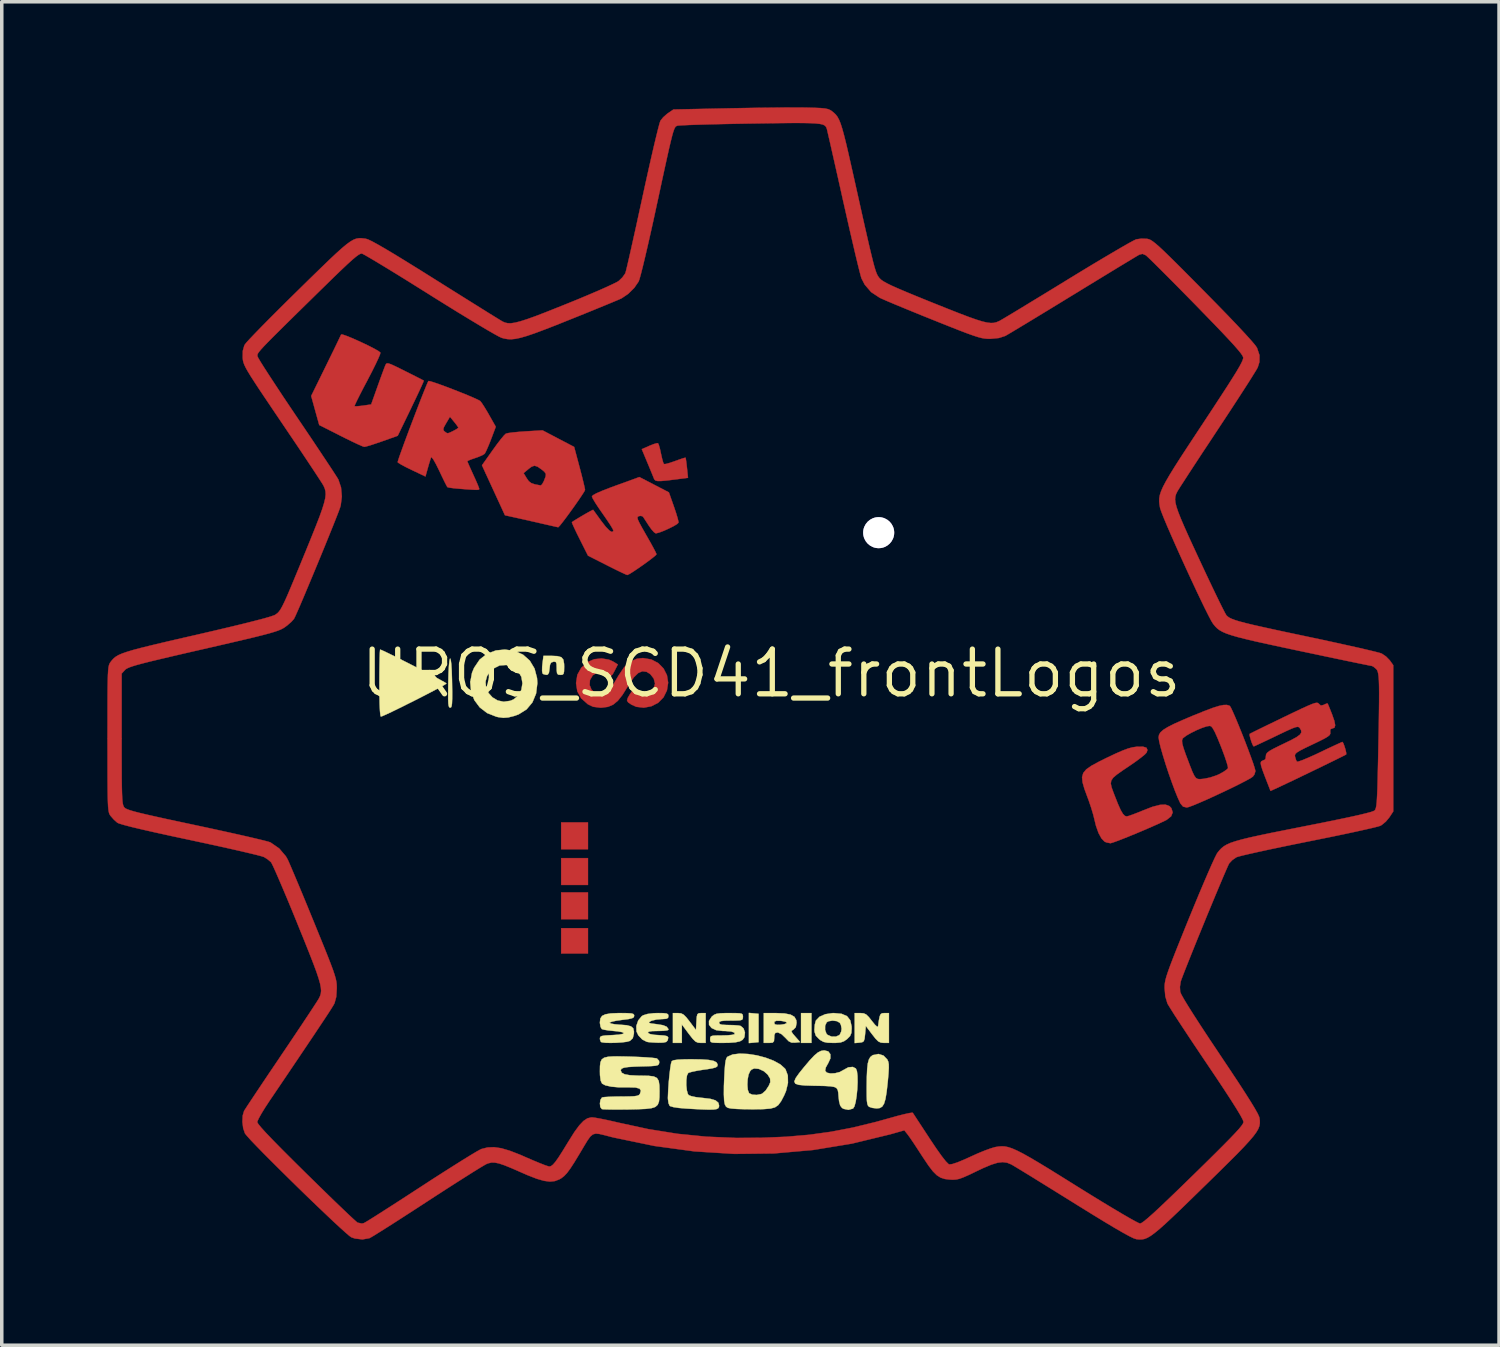
<source format=kicad_pcb>
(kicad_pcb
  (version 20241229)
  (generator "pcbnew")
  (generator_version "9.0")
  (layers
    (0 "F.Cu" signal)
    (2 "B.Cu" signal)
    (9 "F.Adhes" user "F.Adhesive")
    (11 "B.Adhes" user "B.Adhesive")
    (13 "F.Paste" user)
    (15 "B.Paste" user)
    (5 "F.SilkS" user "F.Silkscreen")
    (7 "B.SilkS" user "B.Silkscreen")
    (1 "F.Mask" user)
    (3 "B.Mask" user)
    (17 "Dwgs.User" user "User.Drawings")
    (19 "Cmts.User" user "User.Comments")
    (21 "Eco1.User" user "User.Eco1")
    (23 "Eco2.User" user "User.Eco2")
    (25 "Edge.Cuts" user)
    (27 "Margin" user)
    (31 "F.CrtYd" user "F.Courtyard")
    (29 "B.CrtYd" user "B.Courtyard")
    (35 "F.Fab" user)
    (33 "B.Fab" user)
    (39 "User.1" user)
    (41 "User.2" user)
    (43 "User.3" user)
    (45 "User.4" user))
  (footprint "UROS_SCD41_frontLogos"
    (layer "F.Cu")
    (at 18.864 16.084)
    (property "Reference" "UROS_SCD41_frontLogos" (at 0 0 0) (layer "F.SilkS") (effects (font (size 1.27 1.27) (thickness 0.15))))
    (attr through_hole)
    (fp_poly (pts (xy -5.207 4.995) (xy -5.969 4.995) (xy -5.969 4.233) (xy -5.207 4.233) (xy -5.207 4.995)) (stroke (width 0.01) (type solid)) (fill yes) (layer "F.Cu"))
    (fp_poly (pts (xy -5.207 6.011) (xy -5.969 6.011) (xy -5.969 5.249) (xy -5.207 5.249) (xy -5.207 6.011)) (stroke (width 0.01) (type solid)) (fill yes) (layer "F.Cu"))
    (fp_poly (pts (xy -5.207 6.985) (xy -5.969 6.985) (xy -5.969 6.223) (xy -5.207 6.223) (xy -5.207 6.985)) (stroke (width 0.01) (type solid)) (fill yes) (layer "F.Cu"))
    (fp_poly (pts (xy -5.207 7.959) (xy -5.969 7.959) (xy -5.969 7.239) (xy -5.207 7.239) (xy -5.207 7.959)) (stroke (width 0.01) (type solid)) (fill yes) (layer "F.Cu"))
    (fp_poly (pts (xy -3.218 -6.541) (xy -3.194 -6.492) (xy -3.163 -6.383) (xy -3.133 -6.244) (xy -3.101 -6.101) (xy -3.071 -5.994) (xy -3.048 -5.948) (xy -2.994 -5.951) (xy -2.885 -5.981) (xy -2.743 -6.029) (xy -2.73 -6.034) (xy -2.589 -6.085) (xy -2.484 -6.119) (xy -2.435 -6.13) (xy -2.434 -6.129) (xy -2.425 -6.084) (xy -2.41 -5.978) (xy -2.394 -5.837) (xy -2.365 -5.557) (xy -2.741 -5.509) (xy -2.968 -5.481) (xy -3.126 -5.467) (xy -3.228 -5.466) (xy -3.288 -5.48) (xy -3.32 -5.51) (xy -3.332 -5.535) (xy -3.36 -5.605) (xy -3.412 -5.732) (xy -3.479 -5.894) (xy -3.519 -5.99) (xy -3.678 -6.371) (xy -3.464 -6.466) (xy -3.341 -6.515) (xy -3.249 -6.541) (xy -3.218 -6.541)) (stroke (width 0.01) (type solid)) (fill yes) (layer "F.Cu"))
    (fp_poly (pts (xy -6.049 -6.67) (xy -5.6 -6.435) (xy -5.445 -5.853) (xy -5.389 -5.639) (xy -5.343 -5.453) (xy -5.309 -5.31) (xy -5.292 -5.227) (xy -5.291 -5.215) (xy -5.314 -5.166) (xy -5.378 -5.066) (xy -5.47 -4.929) (xy -5.581 -4.77) (xy -5.7 -4.604) (xy -5.816 -4.445) (xy -5.92 -4.308) (xy -6.001 -4.206) (xy -6.048 -4.156) (xy -6.054 -4.153) (xy -6.101 -4.163) (xy -6.213 -4.188) (xy -6.37 -4.224) (xy -6.498 -4.253) (xy -6.724 -4.305) (xy -6.963 -4.359) (xy -7.176 -4.407) (xy -7.244 -4.422) (xy -7.566 -4.493) (xy -8.117 -5.691) (xy -7.037 -5.691) (xy -6.948 -5.544) (xy -6.889 -5.461) (xy -6.819 -5.407) (xy -6.714 -5.371) (xy -6.549 -5.34) (xy -6.512 -5.371) (xy -6.465 -5.455) (xy -6.454 -5.481) (xy -6.409 -5.599) (xy -6.404 -5.671) (xy -6.447 -5.731) (xy -6.517 -5.789) (xy -6.638 -5.874) (xy -6.727 -5.902) (xy -6.811 -5.873) (xy -6.895 -5.81) (xy -7.037 -5.691) (xy -8.117 -5.691) (xy -8.219 -5.913) (xy -7.914 -6.344) (xy -7.792 -6.513) (xy -7.681 -6.657) (xy -7.594 -6.761) (xy -7.542 -6.811) (xy -7.541 -6.812) (xy -7.472 -6.829) (xy -7.34 -6.847) (xy -7.162 -6.864) (xy -6.985 -6.877) (xy -6.498 -6.906) (xy -6.049 -6.67)) (stroke (width 0.01) (type solid)) (fill yes) (layer "F.Cu"))
    (fp_poly (pts (xy 10.662 2.112) (xy 10.69 2.177) (xy 10.664 2.252) (xy 10.614 2.305) (xy 10.508 2.391) (xy 10.362 2.5) (xy 10.192 2.618) (xy 10.19 2.619) (xy 9.972 2.766) (xy 9.816 2.877) (xy 9.714 2.965) (xy 9.661 3.045) (xy 9.648 3.131) (xy 9.67 3.235) (xy 9.719 3.372) (xy 9.759 3.476) (xy 9.854 3.716) (xy 9.93 3.885) (xy 9.993 3.992) (xy 10.049 4.049) (xy 10.1 4.064) (xy 10.164 4.048) (xy 10.286 4.005) (xy 10.446 3.943) (xy 10.562 3.895) (xy 10.834 3.79) (xy 11.046 3.735) (xy 11.203 3.729) (xy 11.315 3.771) (xy 11.369 3.828) (xy 11.407 3.949) (xy 11.363 4.06) (xy 11.239 4.159) (xy 11.223 4.168) (xy 11.088 4.233) (xy 10.908 4.315) (xy 10.698 4.407) (xy 10.474 4.503) (xy 10.249 4.596) (xy 10.039 4.681) (xy 9.858 4.752) (xy 9.722 4.801) (xy 9.645 4.824) (xy 9.637 4.825) (xy 9.525 4.803) (xy 9.472 4.78) (xy 9.384 4.69) (xy 9.299 4.534) (xy 9.227 4.33) (xy 9.188 4.17) (xy 9.149 4.012) (xy 9.089 3.812) (xy 9.018 3.603) (xy 8.99 3.529) (xy 8.9 3.285) (xy 8.846 3.096) (xy 8.832 2.949) (xy 8.866 2.83) (xy 8.953 2.725) (xy 9.101 2.622) (xy 9.314 2.507) (xy 9.517 2.406) (xy 9.776 2.283) (xy 9.976 2.195) (xy 10.134 2.136) (xy 10.263 2.101) (xy 10.381 2.084) (xy 10.387 2.084) (xy 10.562 2.082) (xy 10.662 2.112)) (stroke (width 0.01) (type solid)) (fill yes) (layer "F.Cu"))
    (fp_poly (pts (xy -12.18 -9.628) (xy -12.081 -9.595) (xy -11.939 -9.538) (xy -11.771 -9.465) (xy -11.593 -9.383) (xy -11.421 -9.3) (xy -11.272 -9.223) (xy -11.162 -9.16) (xy -11.107 -9.118) (xy -11.105 -9.114) (xy -11.117 -9.062) (xy -11.165 -8.949) (xy -11.241 -8.786) (xy -11.341 -8.585) (xy -11.458 -8.36) (xy -11.47 -8.336) (xy -11.589 -8.112) (xy -11.691 -7.913) (xy -11.771 -7.753) (xy -11.823 -7.643) (xy -11.841 -7.594) (xy -11.841 -7.593) (xy -11.793 -7.589) (xy -11.688 -7.598) (xy -11.596 -7.609) (xy -11.368 -7.642) (xy -11.187 -8.15) (xy -11.115 -8.352) (xy -11.049 -8.532) (xy -10.997 -8.671) (xy -10.966 -8.751) (xy -10.965 -8.753) (xy -10.946 -8.79) (xy -10.921 -8.81) (xy -10.875 -8.807) (xy -10.797 -8.78) (xy -10.674 -8.723) (xy -10.493 -8.634) (xy -10.404 -8.589) (xy -10.214 -8.494) (xy -10.054 -8.413) (xy -9.937 -8.353) (xy -9.877 -8.322) (xy -9.873 -8.319) (xy -9.886 -8.279) (xy -9.932 -8.175) (xy -10.004 -8.018) (xy -10.098 -7.819) (xy -10.208 -7.59) (xy -10.236 -7.53) (xy -10.613 -6.752) (xy -11.06 -6.593) (xy -11.245 -6.53) (xy -11.403 -6.478) (xy -11.517 -6.446) (xy -11.564 -6.437) (xy -11.619 -6.456) (xy -11.736 -6.507) (xy -11.9 -6.584) (xy -12.096 -6.68) (xy -12.232 -6.748) (xy -12.843 -7.057) (xy -12.958 -7.47) (xy -13.072 -7.883) (xy -12.653 -8.736) (xy -12.532 -8.984) (xy -12.422 -9.208) (xy -12.332 -9.395) (xy -12.265 -9.535) (xy -12.227 -9.616) (xy -12.221 -9.63) (xy -12.18 -9.628)) (stroke (width 0.01) (type solid)) (fill yes) (layer "F.Cu"))
    (fp_poly (pts (xy -3.407 -0.396) (xy -3.21 -0.292) (xy -3.059 -0.138) (xy -2.963 0.052) (xy -2.929 0.264) (xy -2.964 0.485) (xy -3.06 0.679) (xy -3.212 0.834) (xy -3.407 0.934) (xy -3.622 0.974) (xy -3.834 0.949) (xy -3.969 0.889) (xy -4.063 0.826) (xy -4.098 0.772) (xy -4.077 0.698) (xy -4.021 0.601) (xy -3.962 0.513) (xy -3.918 0.488) (xy -3.861 0.515) (xy -3.842 0.527) (xy -3.705 0.581) (xy -3.56 0.572) (xy -3.429 0.512) (xy -3.335 0.411) (xy -3.302 0.287) (xy -3.339 0.146) (xy -3.436 0.021) (xy -3.541 -0.045) (xy -3.661 -0.061) (xy -3.779 -0.011) (xy -3.902 0.108) (xy -4.038 0.304) (xy -4.076 0.369) (xy -4.226 0.609) (xy -4.36 0.779) (xy -4.494 0.889) (xy -4.64 0.95) (xy -4.812 0.973) (xy -4.859 0.974) (xy -5.061 0.948) (xy -5.21 0.877) (xy -5.399 0.709) (xy -5.51 0.509) (xy -5.546 0.275) (xy -5.509 0.039) (xy -5.397 -0.161) (xy -5.21 -0.327) (xy -5.03 -0.403) (xy -4.819 -0.425) (xy -4.612 -0.39) (xy -4.497 -0.339) (xy -4.359 -0.254) (xy -4.447 -0.082) (xy -4.503 0.022) (xy -4.544 0.062) (xy -4.593 0.052) (xy -4.637 0.024) (xy -4.792 -0.036) (xy -4.946 -0.024) (xy -5.073 0.056) (xy -5.151 0.19) (xy -5.16 0.332) (xy -5.108 0.46) (xy -5.004 0.554) (xy -4.857 0.593) (xy -4.849 0.593) (xy -4.752 0.577) (xy -4.661 0.525) (xy -4.567 0.424) (xy -4.458 0.265) (xy -4.342 0.066) (xy -4.181 -0.174) (xy -4.008 -0.333) (xy -3.815 -0.418) (xy -3.645 -0.436) (xy -3.407 -0.396)) (stroke (width 0.01) (type solid)) (fill yes) (layer "F.Cu"))
    (fp_poly (pts (xy -3.327 -5.361) (xy -2.908 -5.144) (xy -2.766 -4.741) (xy -2.707 -4.566) (xy -2.662 -4.417) (xy -2.637 -4.315) (xy -2.635 -4.283) (xy -2.676 -4.243) (xy -2.773 -4.185) (xy -2.904 -4.119) (xy -3.045 -4.055) (xy -3.173 -4.006) (xy -3.266 -3.981) (xy -3.281 -3.979) (xy -3.331 -4.012) (xy -3.407 -4.098) (xy -3.478 -4.198) (xy -3.557 -4.32) (xy -3.619 -4.415) (xy -3.646 -4.456) (xy -3.702 -4.477) (xy -3.759 -4.469) (xy -3.791 -4.453) (xy -3.802 -4.424) (xy -3.789 -4.369) (xy -3.746 -4.277) (xy -3.669 -4.135) (xy -3.554 -3.933) (xy -3.553 -3.931) (xy -3.446 -3.744) (xy -3.357 -3.582) (xy -3.293 -3.46) (xy -3.262 -3.392) (xy -3.26 -3.385) (xy -3.292 -3.348) (xy -3.379 -3.277) (xy -3.503 -3.183) (xy -3.647 -3.079) (xy -3.794 -2.977) (xy -3.928 -2.887) (xy -4.032 -2.823) (xy -4.089 -2.796) (xy -4.091 -2.796) (xy -4.14 -2.815) (xy -4.25 -2.866) (xy -4.406 -2.941) (xy -4.594 -3.035) (xy -4.667 -3.072) (xy -5.206 -3.345) (xy -5.442 -3.815) (xy -5.531 -3.994) (xy -5.602 -4.144) (xy -5.649 -4.249) (xy -5.665 -4.296) (xy -5.665 -4.296) (xy -5.612 -4.333) (xy -5.514 -4.393) (xy -5.391 -4.467) (xy -5.264 -4.541) (xy -5.153 -4.603) (xy -5.079 -4.642) (xy -5.06 -4.648) (xy -5.033 -4.611) (xy -4.967 -4.52) (xy -4.876 -4.394) (xy -4.829 -4.329) (xy -4.703 -4.167) (xy -4.601 -4.062) (xy -4.528 -4.018) (xy -4.491 -4.039) (xy -4.487 -4.067) (xy -4.511 -4.117) (xy -4.574 -4.221) (xy -4.668 -4.363) (xy -4.783 -4.529) (xy -4.789 -4.538) (xy -4.906 -4.706) (xy -5.003 -4.854) (xy -5.069 -4.966) (xy -5.096 -5.025) (xy -5.096 -5.025) (xy -5.066 -5.063) (xy -4.968 -5.117) (xy -4.798 -5.191) (xy -4.553 -5.286) (xy -4.424 -5.333) (xy -3.747 -5.579) (xy -3.327 -5.361)) (stroke (width 0.01) (type solid)) (fill yes) (layer "F.Cu"))
    (fp_poly (pts (xy 13.017 0.917) (xy 13.03 0.925) (xy 13.061 0.973) (xy 13.115 1.088) (xy 13.188 1.254) (xy 13.273 1.458) (xy 13.365 1.685) (xy 13.459 1.923) (xy 13.548 2.156) (xy 13.628 2.372) (xy 13.694 2.556) (xy 13.738 2.694) (xy 13.757 2.772) (xy 13.758 2.777) (xy 13.728 2.875) (xy 13.684 2.933) (xy 13.613 2.981) (xy 13.479 3.054) (xy 13.299 3.147) (xy 13.085 3.253) (xy 12.851 3.365) (xy 12.611 3.477) (xy 12.379 3.583) (xy 12.168 3.675) (xy 11.993 3.748) (xy 11.867 3.795) (xy 11.807 3.81) (xy 11.702 3.785) (xy 11.628 3.697) (xy 11.623 3.688) (xy 11.553 3.536) (xy 11.47 3.332) (xy 11.382 3.094) (xy 11.291 2.836) (xy 11.205 2.575) (xy 11.129 2.327) (xy 11.066 2.108) (xy 11.024 1.935) (xy 11.021 1.913) (xy 11.672 1.913) (xy 11.679 1.993) (xy 11.712 2.114) (xy 11.773 2.292) (xy 11.814 2.399) (xy 11.902 2.632) (xy 11.968 2.798) (xy 12.021 2.908) (xy 12.068 2.971) (xy 12.119 3) (xy 12.182 3.005) (xy 12.268 2.997) (xy 12.296 2.994) (xy 12.468 2.959) (xy 12.654 2.897) (xy 12.739 2.859) (xy 12.861 2.79) (xy 12.95 2.726) (xy 12.979 2.693) (xy 12.972 2.635) (xy 12.937 2.515) (xy 12.881 2.348) (xy 12.807 2.15) (xy 12.776 2.07) (xy 12.681 1.836) (xy 12.608 1.672) (xy 12.551 1.567) (xy 12.505 1.509) (xy 12.466 1.491) (xy 12.377 1.503) (xy 12.241 1.548) (xy 12.082 1.615) (xy 11.924 1.693) (xy 11.789 1.771) (xy 11.702 1.838) (xy 11.686 1.859) (xy 11.672 1.913) (xy 11.021 1.913) (xy 11.007 1.822) (xy 11.007 1.816) (xy 11.019 1.744) (xy 11.06 1.675) (xy 11.14 1.604) (xy 11.265 1.526) (xy 11.446 1.434) (xy 11.689 1.325) (xy 12.003 1.192) (xy 12.009 1.19) (xy 12.309 1.069) (xy 12.542 0.981) (xy 12.719 0.925) (xy 12.851 0.898) (xy 12.946 0.896) (xy 13.017 0.917)) (stroke (width 0.01) (type solid)) (fill yes) (layer "F.Cu"))
    (fp_poly (pts (xy -9.695 -8.302) (xy -9.587 -8.269) (xy -9.431 -8.215) (xy -9.242 -8.146) (xy -9.036 -8.067) (xy -8.827 -7.985) (xy -8.631 -7.906) (xy -8.463 -7.834) (xy -8.337 -7.777) (xy -8.27 -7.74) (xy -8.269 -7.739) (xy -8.227 -7.686) (xy -8.156 -7.578) (xy -8.069 -7.434) (xy -8.023 -7.354) (xy -7.827 -7.008) (xy -7.963 -6.647) (xy -8.029 -6.482) (xy -8.089 -6.344) (xy -8.133 -6.256) (xy -8.146 -6.239) (xy -8.21 -6.199) (xy -8.325 -6.15) (xy -8.414 -6.119) (xy -8.536 -6.077) (xy -8.616 -6.043) (xy -8.636 -6.03) (xy -8.619 -5.987) (xy -8.575 -5.884) (xy -8.51 -5.741) (xy -8.467 -5.646) (xy -8.393 -5.484) (xy -8.336 -5.351) (xy -8.303 -5.264) (xy -8.297 -5.243) (xy -8.302 -5.227) (xy -8.325 -5.218) (xy -8.379 -5.215) (xy -8.479 -5.219) (xy -8.636 -5.229) (xy -8.855 -5.246) (xy -9.012 -5.26) (xy -9.134 -5.276) (xy -9.198 -5.291) (xy -9.202 -5.293) (xy -9.228 -5.338) (xy -9.282 -5.444) (xy -9.355 -5.594) (xy -9.433 -5.759) (xy -9.526 -5.947) (xy -9.599 -6.076) (xy -9.648 -6.139) (xy -9.666 -6.138) (xy -9.69 -6.064) (xy -9.728 -5.94) (xy -9.758 -5.835) (xy -9.825 -5.595) (xy -10.214 -5.78) (xy -10.378 -5.86) (xy -10.511 -5.931) (xy -10.594 -5.982) (xy -10.615 -6.001) (xy -10.603 -6.047) (xy -10.566 -6.161) (xy -10.506 -6.328) (xy -10.43 -6.538) (xy -10.341 -6.778) (xy -10.283 -6.933) (xy -9.319 -6.933) (xy -9.301 -6.892) (xy -9.277 -6.871) (xy -9.227 -6.834) (xy -9.19 -6.823) (xy -9.134 -6.842) (xy -9.04 -6.887) (xy -8.945 -6.938) (xy -8.894 -6.976) (xy -8.891 -6.982) (xy -8.917 -7.027) (xy -8.979 -7.11) (xy -9.011 -7.149) (xy -9.129 -7.292) (xy -9.238 -7.108) (xy -9.3 -6.997) (xy -9.319 -6.933) (xy -10.283 -6.933) (xy -10.244 -7.036) (xy -10.144 -7.299) (xy -10.046 -7.555) (xy -9.954 -7.793) (xy -9.872 -7.999) (xy -9.806 -8.162) (xy -9.76 -8.27) (xy -9.74 -8.308) (xy -9.695 -8.302)) (stroke (width 0.01) (type solid)) (fill yes) (layer "F.Cu"))
    (fp_poly (pts (xy 15.539 0.843) (xy 15.56 0.863) (xy 15.616 0.913) (xy 15.688 0.898) (xy 15.706 0.889) (xy 15.779 0.857) (xy 15.808 0.854) (xy 15.828 0.897) (xy 15.87 0.999) (xy 15.925 1.138) (xy 15.934 1.16) (xy 16 1.349) (xy 16.024 1.474) (xy 16.003 1.543) (xy 15.94 1.566) (xy 15.935 1.566) (xy 15.885 1.591) (xy 15.884 1.667) (xy 15.886 1.711) (xy 15.866 1.751) (xy 15.812 1.796) (xy 15.714 1.854) (xy 15.559 1.932) (xy 15.382 2.017) (xy 15.173 2.117) (xy 15.03 2.19) (xy 14.941 2.244) (xy 14.894 2.287) (xy 14.879 2.327) (xy 14.884 2.371) (xy 14.913 2.464) (xy 14.939 2.509) (xy 14.986 2.502) (xy 15.095 2.464) (xy 15.253 2.398) (xy 15.447 2.312) (xy 15.59 2.244) (xy 15.799 2.144) (xy 15.981 2.059) (xy 16.122 1.994) (xy 16.209 1.955) (xy 16.231 1.947) (xy 16.255 1.983) (xy 16.288 2.07) (xy 16.319 2.173) (xy 16.338 2.262) (xy 16.337 2.303) (xy 16.295 2.326) (xy 16.189 2.379) (xy 16.032 2.457) (xy 15.835 2.553) (xy 15.612 2.662) (xy 15.375 2.776) (xy 15.137 2.891) (xy 14.909 3.001) (xy 14.705 3.098) (xy 14.536 3.178) (xy 14.491 3.199) (xy 14.187 3.34) (xy 14.03 2.936) (xy 13.959 2.747) (xy 13.919 2.622) (xy 13.907 2.545) (xy 13.92 2.504) (xy 13.932 2.494) (xy 14.002 2.46) (xy 14.023 2.456) (xy 14.047 2.419) (xy 14.055 2.347) (xy 14.062 2.299) (xy 14.092 2.255) (xy 14.156 2.205) (xy 14.267 2.142) (xy 14.436 2.058) (xy 14.561 1.998) (xy 14.782 1.89) (xy 14.934 1.806) (xy 15.025 1.738) (xy 15.062 1.678) (xy 15.056 1.618) (xy 15.017 1.551) (xy 14.991 1.526) (xy 14.954 1.518) (xy 14.892 1.53) (xy 14.795 1.566) (xy 14.65 1.631) (xy 14.445 1.728) (xy 14.346 1.776) (xy 14.137 1.876) (xy 13.955 1.962) (xy 13.815 2.028) (xy 13.729 2.067) (xy 13.708 2.074) (xy 13.683 2.039) (xy 13.648 1.953) (xy 13.615 1.849) (xy 13.593 1.761) (xy 13.593 1.72) (xy 13.634 1.698) (xy 13.741 1.644) (xy 13.904 1.564) (xy 14.111 1.463) (xy 14.353 1.346) (xy 14.558 1.246) (xy 14.852 1.105) (xy 15.079 0.997) (xy 15.249 0.92) (xy 15.371 0.869) (xy 15.453 0.842) (xy 15.506 0.835) (xy 15.539 0.843)) (stroke (width 0.01) (type solid)) (fill yes) (layer "F.Cu"))
    (fp_poly (pts (xy 0.843 -16.079) (xy 0.981 -16.077) (xy 1.229 -16.071) (xy 1.407 -16.063) (xy 1.531 -16.051) (xy 1.617 -16.032) (xy 1.679 -16.005) (xy 1.72 -15.978) (xy 1.781 -15.929) (xy 1.835 -15.877) (xy 1.883 -15.813) (xy 1.928 -15.729) (xy 1.973 -15.617) (xy 2.02 -15.468) (xy 2.073 -15.275) (xy 2.134 -15.029) (xy 2.205 -14.722) (xy 2.29 -14.345) (xy 2.351 -14.074) (xy 2.471 -13.536) (xy 2.574 -13.074) (xy 2.662 -12.682) (xy 2.737 -12.354) (xy 2.799 -12.084) (xy 2.852 -11.865) (xy 2.895 -11.691) (xy 2.931 -11.557) (xy 2.962 -11.455) (xy 2.989 -11.379) (xy 3.013 -11.324) (xy 3.037 -11.283) (xy 3.061 -11.249) (xy 3.082 -11.224) (xy 3.125 -11.183) (xy 3.191 -11.138) (xy 3.287 -11.084) (xy 3.421 -11.018) (xy 3.601 -10.938) (xy 3.835 -10.838) (xy 4.13 -10.716) (xy 4.494 -10.568) (xy 4.614 -10.52) (xy 5.014 -10.36) (xy 5.344 -10.23) (xy 5.613 -10.128) (xy 5.829 -10.052) (xy 6 -9.999) (xy 6.134 -9.968) (xy 6.241 -9.956) (xy 6.328 -9.96) (xy 6.404 -9.98) (xy 6.477 -10.011) (xy 6.49 -10.017) (xy 6.552 -10.053) (xy 6.679 -10.128) (xy 6.863 -10.238) (xy 7.096 -10.379) (xy 7.371 -10.547) (xy 7.681 -10.735) (xy 8.018 -10.941) (xy 8.374 -11.159) (xy 8.424 -11.19) (xy 8.783 -11.409) (xy 9.123 -11.615) (xy 9.438 -11.803) (xy 9.721 -11.97) (xy 9.962 -12.111) (xy 10.156 -12.222) (xy 10.294 -12.297) (xy 10.368 -12.332) (xy 10.373 -12.334) (xy 10.52 -12.354) (xy 10.676 -12.348) (xy 10.691 -12.346) (xy 10.734 -12.335) (xy 10.783 -12.313) (xy 10.843 -12.274) (xy 10.919 -12.215) (xy 11.018 -12.129) (xy 11.144 -12.012) (xy 11.303 -11.858) (xy 11.501 -11.663) (xy 11.743 -11.421) (xy 12.034 -11.128) (xy 12.291 -10.868) (xy 12.657 -10.496) (xy 12.977 -10.167) (xy 13.248 -9.883) (xy 13.469 -9.646) (xy 13.637 -9.46) (xy 13.749 -9.328) (xy 13.803 -9.251) (xy 13.803 -9.25) (xy 13.873 -9.042) (xy 13.871 -8.848) (xy 13.824 -8.697) (xy 13.788 -8.632) (xy 13.71 -8.505) (xy 13.596 -8.322) (xy 13.449 -8.093) (xy 13.275 -7.824) (xy 13.079 -7.523) (xy 12.866 -7.199) (xy 12.679 -6.916) (xy 12.457 -6.579) (xy 12.246 -6.261) (xy 12.054 -5.968) (xy 11.884 -5.708) (xy 11.743 -5.49) (xy 11.633 -5.321) (xy 11.562 -5.208) (xy 11.535 -5.162) (xy 11.502 -5.093) (xy 11.482 -5.023) (xy 11.475 -4.945) (xy 11.485 -4.851) (xy 11.514 -4.733) (xy 11.565 -4.583) (xy 11.64 -4.393) (xy 11.742 -4.156) (xy 11.873 -3.863) (xy 12.037 -3.508) (xy 12.169 -3.223) (xy 12.325 -2.889) (xy 12.473 -2.576) (xy 12.608 -2.294) (xy 12.725 -2.052) (xy 12.821 -1.859) (xy 12.891 -1.723) (xy 12.931 -1.653) (xy 12.936 -1.648) (xy 12.972 -1.614) (xy 13.02 -1.581) (xy 13.087 -1.549) (xy 13.181 -1.514) (xy 13.308 -1.475) (xy 13.474 -1.431) (xy 13.688 -1.379) (xy 13.955 -1.319) (xy 14.282 -1.247) (xy 14.677 -1.162) (xy 15.146 -1.063) (xy 15.282 -1.034) (xy 15.679 -0.95) (xy 16.054 -0.868) (xy 16.399 -0.792) (xy 16.704 -0.724) (xy 16.96 -0.664) (xy 17.16 -0.616) (xy 17.293 -0.581) (xy 17.347 -0.563) (xy 17.468 -0.481) (xy 17.575 -0.372) (xy 17.58 -0.365) (xy 17.674 -0.233) (xy 17.674 3.922) (xy 17.562 4.092) (xy 17.462 4.212) (xy 17.346 4.307) (xy 17.308 4.329) (xy 17.238 4.351) (xy 17.094 4.387) (xy 16.885 4.435) (xy 16.62 4.494) (xy 16.308 4.561) (xy 15.958 4.634) (xy 15.579 4.711) (xy 15.256 4.776) (xy 14.86 4.856) (xy 14.487 4.933) (xy 14.145 5.005) (xy 13.842 5.071) (xy 13.588 5.128) (xy 13.392 5.174) (xy 13.263 5.208) (xy 13.214 5.225) (xy 13.1 5.305) (xy 13.012 5.399) (xy 12.982 5.46) (xy 12.925 5.589) (xy 12.844 5.776) (xy 12.745 6.011) (xy 12.631 6.282) (xy 12.507 6.581) (xy 12.377 6.895) (xy 12.246 7.216) (xy 12.116 7.533) (xy 11.994 7.835) (xy 11.883 8.112) (xy 11.787 8.354) (xy 11.71 8.55) (xy 11.657 8.69) (xy 11.634 8.758) (xy 11.612 8.906) (xy 11.62 9.048) (xy 11.651 9.121) (xy 11.728 9.259) (xy 11.849 9.458) (xy 12.012 9.716) (xy 12.213 10.027) (xy 12.451 10.389) (xy 12.723 10.796) (xy 12.746 10.831) (xy 13.034 11.262) (xy 13.276 11.627) (xy 13.473 11.931) (xy 13.628 12.176) (xy 13.743 12.366) (xy 13.821 12.505) (xy 13.862 12.596) (xy 13.871 12.626) (xy 13.882 12.707) (xy 13.883 12.783) (xy 13.87 12.859) (xy 13.839 12.942) (xy 13.784 13.036) (xy 13.701 13.149) (xy 13.586 13.284) (xy 13.434 13.45) (xy 13.241 13.65) (xy 13 13.89) (xy 12.709 14.178) (xy 12.363 14.517) (xy 12.305 14.573) (xy 11.954 14.916) (xy 11.658 15.204) (xy 11.409 15.441) (xy 11.204 15.633) (xy 11.035 15.784) (xy 10.896 15.898) (xy 10.783 15.981) (xy 10.688 16.036) (xy 10.607 16.069) (xy 10.532 16.083) (xy 10.459 16.084) (xy 10.381 16.076) (xy 10.373 16.075) (xy 10.302 16.052) (xy 10.178 15.992) (xy 10 15.895) (xy 9.764 15.759) (xy 9.467 15.581) (xy 9.105 15.36) (xy 8.677 15.095) (xy 8.583 15.036) (xy 8.243 14.825) (xy 7.921 14.625) (xy 7.625 14.442) (xy 7.364 14.28) (xy 7.144 14.146) (xy 6.975 14.043) (xy 6.863 13.976) (xy 6.822 13.952) (xy 6.701 13.903) (xy 6.575 13.886) (xy 6.43 13.904) (xy 6.252 13.959) (xy 6.026 14.054) (xy 5.84 14.142) (xy 5.625 14.246) (xy 5.466 14.316) (xy 5.348 14.36) (xy 5.252 14.381) (xy 5.161 14.387) (xy 5.077 14.383) (xy 4.934 14.366) (xy 4.814 14.328) (xy 4.704 14.258) (xy 4.593 14.147) (xy 4.468 13.984) (xy 4.317 13.759) (xy 4.282 13.706) (xy 4.159 13.516) (xy 4.044 13.341) (xy 3.948 13.2) (xy 3.883 13.11) (xy 3.877 13.102) (xy 3.782 12.983) (xy 3.383 13.096) (xy 2.291 13.361) (xy 1.189 13.542) (xy 0.076 13.64) (xy -1.046 13.653) (xy -2.179 13.582) (xy -3.321 13.427) (xy -4.473 13.188) (xy -4.551 13.169) (xy -4.742 13.119) (xy -4.883 13.086) (xy -4.986 13.076) (xy -5.067 13.098) (xy -5.14 13.158) (xy -5.217 13.265) (xy -5.315 13.426) (xy -5.447 13.649) (xy -5.449 13.652) (xy -5.594 13.891) (xy -5.709 14.068) (xy -5.802 14.194) (xy -5.884 14.281) (xy -5.963 14.343) (xy -6.02 14.376) (xy -6.147 14.425) (xy -6.289 14.44) (xy -6.457 14.418) (xy -6.665 14.358) (xy -6.924 14.257) (xy -7.107 14.177) (xy -7.374 14.06) (xy -7.578 13.977) (xy -7.734 13.924) (xy -7.854 13.9) (xy -7.951 13.899) (xy -8.04 13.92) (xy -8.088 13.938) (xy -8.153 13.974) (xy -8.282 14.051) (xy -8.465 14.164) (xy -8.694 14.309) (xy -8.962 14.479) (xy -9.26 14.67) (xy -9.58 14.877) (xy -9.775 15.004) (xy -10.102 15.217) (xy -10.41 15.416) (xy -10.691 15.597) (xy -10.938 15.754) (xy -11.142 15.882) (xy -11.296 15.978) (xy -11.392 16.034) (xy -11.418 16.048) (xy -11.615 16.083) (xy -11.829 16.057) (xy -11.929 16.023) (xy -11.988 15.981) (xy -12.099 15.886) (xy -12.255 15.745) (xy -12.449 15.566) (xy -12.671 15.355) (xy -12.917 15.121) (xy -13.177 14.871) (xy -13.444 14.611) (xy -13.711 14.349) (xy -13.97 14.093) (xy -14.215 13.849) (xy -14.437 13.626) (xy -14.629 13.429) (xy -14.784 13.267) (xy -14.893 13.146) (xy -14.951 13.075) (xy -14.954 13.069) (xy -15.004 12.923) (xy -15.026 12.743) (xy -15.018 12.567) (xy -14.979 12.433) (xy -14.945 12.379) (xy -14.869 12.262) (xy -14.756 12.092) (xy -14.611 11.874) (xy -14.44 11.618) (xy -14.247 11.33) (xy -14.037 11.02) (xy -13.923 10.85) (xy -13.706 10.529) (xy -13.503 10.226) (xy -13.317 9.948) (xy -13.155 9.704) (xy -13.022 9.502) (xy -12.923 9.35) (xy -12.864 9.256) (xy -12.851 9.233) (xy -12.819 9.166) (xy -12.798 9.098) (xy -12.79 9.02) (xy -12.797 8.926) (xy -12.82 8.808) (xy -12.863 8.659) (xy -12.926 8.47) (xy -13.014 8.234) (xy -13.127 7.944) (xy -13.268 7.591) (xy -13.439 7.17) (xy -13.462 7.112) (xy -13.608 6.755) (xy -13.747 6.42) (xy -13.875 6.117) (xy -13.988 5.853) (xy -14.082 5.637) (xy -14.154 5.478) (xy -14.201 5.384) (xy -14.213 5.365) (xy -14.305 5.286) (xy -14.414 5.217) (xy -14.481 5.195) (xy -14.621 5.158) (xy -14.827 5.108) (xy -15.09 5.046) (xy -15.4 4.976) (xy -15.75 4.898) (xy -16.129 4.816) (xy -16.51 4.734) (xy -17.048 4.619) (xy -17.507 4.518) (xy -17.886 4.432) (xy -18.184 4.361) (xy -18.4 4.304) (xy -18.535 4.263) (xy -18.582 4.241) (xy -18.683 4.15) (xy -18.772 4.048) (xy -18.792 4.019) (xy -18.809 3.986) (xy -18.822 3.94) (xy -18.833 3.876) (xy -18.842 3.784) (xy -18.848 3.659) (xy -18.853 3.492) (xy -18.856 3.276) (xy -18.858 3.003) (xy -18.859 2.667) (xy -18.859 2.26) (xy -18.86 1.863) (xy -18.859 1.391) (xy -18.859 0.996) (xy -18.858 0.672) (xy -18.856 0.41) (xy -18.852 0.202) (xy -18.848 0.043) (xy -18.845 0.005) (xy -18.457 0.005) (xy -18.457 1.86) (xy -18.457 2.308) (xy -18.456 2.678) (xy -18.455 2.979) (xy -18.452 3.219) (xy -18.447 3.405) (xy -18.441 3.544) (xy -18.433 3.645) (xy -18.422 3.716) (xy -18.408 3.763) (xy -18.392 3.795) (xy -18.383 3.808) (xy -18.356 3.832) (xy -18.307 3.857) (xy -18.231 3.885) (xy -18.12 3.919) (xy -17.967 3.959) (xy -17.766 4.007) (xy -17.509 4.065) (xy -17.19 4.136) (xy -16.802 4.219) (xy -16.338 4.318) (xy -16.329 4.32) (xy -15.927 4.406) (xy -15.548 4.489) (xy -15.2 4.566) (xy -14.891 4.636) (xy -14.631 4.697) (xy -14.428 4.746) (xy -14.29 4.782) (xy -14.228 4.803) (xy -13.981 4.974) (xy -13.791 5.197) (xy -13.74 5.287) (xy -13.703 5.368) (xy -13.638 5.519) (xy -13.549 5.729) (xy -13.44 5.988) (xy -13.315 6.287) (xy -13.179 6.616) (xy -13.036 6.966) (xy -12.993 7.07) (xy -12.832 7.466) (xy -12.699 7.792) (xy -12.593 8.057) (xy -12.511 8.269) (xy -12.449 8.436) (xy -12.405 8.568) (xy -12.375 8.673) (xy -12.357 8.759) (xy -12.348 8.834) (xy -12.345 8.908) (xy -12.345 8.954) (xy -12.36 9.191) (xy -12.407 9.365) (xy -12.423 9.398) (xy -12.454 9.451) (xy -12.507 9.537) (xy -12.587 9.661) (xy -12.696 9.827) (xy -12.836 10.037) (xy -13.009 10.297) (xy -13.219 10.609) (xy -13.467 10.978) (xy -13.757 11.408) (xy -14.091 11.902) (xy -14.253 12.141) (xy -14.378 12.331) (xy -14.483 12.502) (xy -14.56 12.64) (xy -14.601 12.73) (xy -14.605 12.75) (xy -14.578 12.8) (xy -14.496 12.901) (xy -14.359 13.053) (xy -14.164 13.257) (xy -13.911 13.515) (xy -13.598 13.828) (xy -13.225 14.197) (xy -13.224 14.198) (xy -12.938 14.478) (xy -12.669 14.741) (xy -12.422 14.981) (xy -12.204 15.19) (xy -12.022 15.364) (xy -11.881 15.495) (xy -11.789 15.578) (xy -11.755 15.606) (xy -11.633 15.632) (xy -11.576 15.62) (xy -11.522 15.59) (xy -11.405 15.519) (xy -11.233 15.411) (xy -11.014 15.271) (xy -10.754 15.105) (xy -10.463 14.917) (xy -10.147 14.712) (xy -9.944 14.58) (xy -9.614 14.365) (xy -9.3 14.164) (xy -9.011 13.981) (xy -8.755 13.82) (xy -8.54 13.688) (xy -8.375 13.589) (xy -8.267 13.529) (xy -8.234 13.514) (xy -8.061 13.47) (xy -7.878 13.462) (xy -7.672 13.492) (xy -7.429 13.563) (xy -7.135 13.677) (xy -6.969 13.75) (xy -6.758 13.841) (xy -6.57 13.919) (xy -6.421 13.977) (xy -6.326 14.008) (xy -6.304 14.012) (xy -6.257 14) (xy -6.201 13.957) (xy -6.131 13.876) (xy -6.04 13.747) (xy -5.922 13.562) (xy -5.769 13.312) (xy -5.757 13.293) (xy -5.594 13.033) (xy -5.455 12.844) (xy -5.335 12.717) (xy -5.224 12.643) (xy -5.116 12.616) (xy -5.095 12.615) (xy -5.007 12.625) (xy -4.856 12.652) (xy -4.66 12.692) (xy -4.438 12.742) (xy -4.355 12.762) (xy -3.491 12.949) (xy -2.663 13.082) (xy -1.84 13.164) (xy -0.996 13.199) (xy -0.285 13.195) (xy 0.422 13.166) (xy 1.074 13.11) (xy 1.698 13.024) (xy 2.321 12.904) (xy 2.969 12.746) (xy 3.365 12.636) (xy 3.583 12.575) (xy 3.772 12.527) (xy 3.917 12.495) (xy 4.003 12.482) (xy 4.021 12.485) (xy 4.05 12.529) (xy 4.118 12.633) (xy 4.217 12.784) (xy 4.341 12.973) (xy 4.482 13.188) (xy 4.505 13.224) (xy 4.693 13.504) (xy 4.845 13.718) (xy 4.961 13.865) (xy 5.038 13.942) (xy 5.058 13.952) (xy 5.14 13.943) (xy 5.289 13.895) (xy 5.496 13.809) (xy 5.654 13.737) (xy 5.863 13.642) (xy 6.065 13.559) (xy 6.238 13.496) (xy 6.358 13.461) (xy 6.362 13.46) (xy 6.456 13.444) (xy 6.545 13.437) (xy 6.635 13.441) (xy 6.733 13.461) (xy 6.848 13.499) (xy 6.984 13.559) (xy 7.15 13.643) (xy 7.353 13.757) (xy 7.599 13.902) (xy 7.896 14.082) (xy 8.249 14.301) (xy 8.667 14.562) (xy 8.683 14.572) (xy 9.049 14.799) (xy 9.388 15.007) (xy 9.693 15.191) (xy 9.958 15.349) (xy 10.176 15.475) (xy 10.341 15.567) (xy 10.446 15.62) (xy 10.481 15.632) (xy 10.523 15.615) (xy 10.597 15.563) (xy 10.708 15.471) (xy 10.858 15.338) (xy 11.052 15.158) (xy 11.293 14.929) (xy 11.586 14.647) (xy 11.933 14.309) (xy 12 14.244) (xy 12.341 13.91) (xy 12.625 13.629) (xy 12.857 13.397) (xy 13.042 13.209) (xy 13.184 13.06) (xy 13.289 12.945) (xy 13.359 12.859) (xy 13.401 12.798) (xy 13.418 12.755) (xy 13.42 12.744) (xy 13.398 12.68) (xy 13.332 12.556) (xy 13.221 12.371) (xy 13.064 12.123) (xy 12.86 11.809) (xy 12.608 11.43) (xy 12.378 11.089) (xy 12.157 10.76) (xy 11.948 10.448) (xy 11.757 10.159) (xy 11.589 9.904) (xy 11.449 9.689) (xy 11.344 9.522) (xy 11.277 9.413) (xy 11.257 9.377) (xy 11.197 9.175) (xy 11.177 8.939) (xy 11.178 8.87) (xy 11.185 8.799) (xy 11.2 8.718) (xy 11.226 8.62) (xy 11.266 8.496) (xy 11.322 8.339) (xy 11.398 8.139) (xy 11.495 7.891) (xy 11.618 7.584) (xy 11.768 7.212) (xy 11.872 6.956) (xy 12.022 6.591) (xy 12.165 6.246) (xy 12.299 5.93) (xy 12.419 5.651) (xy 12.521 5.419) (xy 12.602 5.243) (xy 12.658 5.131) (xy 12.678 5.099) (xy 12.734 5.029) (xy 12.792 4.968) (xy 12.859 4.914) (xy 12.943 4.864) (xy 13.05 4.816) (xy 13.19 4.769) (xy 13.368 4.719) (xy 13.592 4.664) (xy 13.87 4.603) (xy 14.208 4.532) (xy 14.615 4.451) (xy 15.097 4.355) (xy 15.117 4.351) (xy 15.628 4.25) (xy 16.058 4.162) (xy 16.412 4.088) (xy 16.693 4.026) (xy 16.903 3.975) (xy 17.047 3.936) (xy 17.127 3.906) (xy 17.145 3.895) (xy 17.165 3.867) (xy 17.181 3.82) (xy 17.195 3.747) (xy 17.206 3.638) (xy 17.215 3.483) (xy 17.224 3.276) (xy 17.231 3.006) (xy 17.239 2.664) (xy 17.244 2.452) (xy 17.254 1.93) (xy 17.263 1.486) (xy 17.268 1.113) (xy 17.272 0.806) (xy 17.273 0.556) (xy 17.271 0.358) (xy 17.266 0.204) (xy 17.258 0.089) (xy 17.246 0.005) (xy 17.232 -0.053) (xy 17.214 -0.094) (xy 17.192 -0.123) (xy 17.187 -0.127) (xy 17.114 -0.189) (xy 17.067 -0.212) (xy 17.02 -0.22) (xy 16.898 -0.245) (xy 16.71 -0.283) (xy 16.463 -0.334) (xy 16.166 -0.396) (xy 15.827 -0.467) (xy 15.454 -0.546) (xy 15.055 -0.63) (xy 15.026 -0.636) (xy 14.536 -0.74) (xy 14.122 -0.83) (xy 13.776 -0.906) (xy 13.492 -0.973) (xy 13.262 -1.031) (xy 13.078 -1.084) (xy 12.934 -1.133) (xy 12.823 -1.181) (xy 12.737 -1.23) (xy 12.669 -1.282) (xy 12.612 -1.34) (xy 12.559 -1.405) (xy 12.553 -1.413) (xy 12.503 -1.494) (xy 12.425 -1.642) (xy 12.323 -1.845) (xy 12.203 -2.093) (xy 12.069 -2.375) (xy 11.926 -2.681) (xy 11.779 -3) (xy 11.633 -3.32) (xy 11.493 -3.632) (xy 11.364 -3.925) (xy 11.25 -4.187) (xy 11.157 -4.409) (xy 11.09 -4.579) (xy 11.052 -4.687) (xy 11.048 -4.705) (xy 11.032 -4.8) (xy 11.023 -4.887) (xy 11.025 -4.975) (xy 11.042 -5.069) (xy 11.077 -5.176) (xy 11.133 -5.304) (xy 11.214 -5.457) (xy 11.323 -5.645) (xy 11.463 -5.872) (xy 11.638 -6.146) (xy 11.852 -6.473) (xy 12.107 -6.861) (xy 12.262 -7.095) (xy 12.534 -7.508) (xy 12.762 -7.857) (xy 12.95 -8.146) (xy 13.1 -8.382) (xy 13.217 -8.57) (xy 13.303 -8.716) (xy 13.361 -8.825) (xy 13.396 -8.903) (xy 13.411 -8.955) (xy 13.412 -8.975) (xy 13.395 -9.019) (xy 13.351 -9.086) (xy 13.274 -9.183) (xy 13.16 -9.314) (xy 13.005 -9.483) (xy 12.806 -9.695) (xy 12.556 -9.955) (xy 12.253 -10.267) (xy 12.068 -10.458) (xy 11.79 -10.741) (xy 11.527 -11.008) (xy 11.286 -11.251) (xy 11.074 -11.463) (xy 10.897 -11.639) (xy 10.761 -11.772) (xy 10.672 -11.856) (xy 10.642 -11.882) (xy 10.55 -11.921) (xy 10.46 -11.899) (xy 10.449 -11.893) (xy 10.394 -11.861) (xy 10.274 -11.789) (xy 10.097 -11.682) (xy 9.87 -11.545) (xy 9.601 -11.381) (xy 9.296 -11.195) (xy 8.963 -10.992) (xy 8.611 -10.776) (xy 8.572 -10.753) (xy 8.216 -10.535) (xy 7.877 -10.328) (xy 7.564 -10.138) (xy 7.284 -9.968) (xy 7.045 -9.824) (xy 6.854 -9.709) (xy 6.72 -9.63) (xy 6.649 -9.589) (xy 6.646 -9.588) (xy 6.469 -9.53) (xy 6.231 -9.507) (xy 6.223 -9.507) (xy 6.143 -9.508) (xy 6.065 -9.515) (xy 5.978 -9.53) (xy 5.872 -9.558) (xy 5.739 -9.601) (xy 5.568 -9.662) (xy 5.351 -9.745) (xy 5.076 -9.853) (xy 4.735 -9.989) (xy 4.636 -10.029) (xy 4.309 -10.16) (xy 3.998 -10.287) (xy 3.713 -10.404) (xy 3.465 -10.507) (xy 3.267 -10.591) (xy 3.129 -10.652) (xy 3.082 -10.674) (xy 2.838 -10.835) (xy 2.657 -11.046) (xy 2.564 -11.225) (xy 2.543 -11.296) (xy 2.505 -11.441) (xy 2.453 -11.651) (xy 2.389 -11.917) (xy 2.316 -12.231) (xy 2.234 -12.584) (xy 2.147 -12.967) (xy 2.056 -13.371) (xy 2.053 -13.382) (xy 1.964 -13.783) (xy 1.879 -14.161) (xy 1.801 -14.507) (xy 1.732 -14.812) (xy 1.674 -15.069) (xy 1.628 -15.268) (xy 1.597 -15.402) (xy 1.583 -15.462) (xy 1.583 -15.463) (xy 1.568 -15.507) (xy 1.547 -15.543) (xy 1.513 -15.573) (xy 1.46 -15.597) (xy 1.379 -15.614) (xy 1.264 -15.627) (xy 1.108 -15.635) (xy 0.904 -15.639) (xy 0.644 -15.64) (xy 0.322 -15.637) (xy -0.07 -15.632) (xy -0.538 -15.625) (xy -0.614 -15.624) (xy -1.018 -15.617) (xy -1.398 -15.609) (xy -1.745 -15.601) (xy -2.05 -15.592) (xy -2.304 -15.584) (xy -2.499 -15.575) (xy -2.626 -15.568) (xy -2.676 -15.561) (xy -2.698 -15.549) (xy -2.719 -15.532) (xy -2.74 -15.501) (xy -2.762 -15.451) (xy -2.788 -15.375) (xy -2.818 -15.267) (xy -2.855 -15.119) (xy -2.901 -14.925) (xy -2.956 -14.679) (xy -3.023 -14.374) (xy -3.104 -14.003) (xy -3.199 -13.559) (xy -3.261 -13.275) (xy -3.348 -12.872) (xy -3.433 -12.49) (xy -3.513 -12.138) (xy -3.586 -11.825) (xy -3.65 -11.559) (xy -3.703 -11.35) (xy -3.743 -11.206) (xy -3.767 -11.137) (xy -3.892 -10.955) (xy -4.065 -10.784) (xy -4.251 -10.658) (xy -4.255 -10.656) (xy -4.324 -10.625) (xy -4.462 -10.567) (xy -4.657 -10.486) (xy -4.901 -10.386) (xy -5.182 -10.271) (xy -5.491 -10.146) (xy -5.716 -10.056) (xy -6.117 -9.895) (xy -6.45 -9.766) (xy -6.723 -9.664) (xy -6.944 -9.589) (xy -7.123 -9.537) (xy -7.269 -9.506) (xy -7.39 -9.494) (xy -7.496 -9.499) (xy -7.595 -9.517) (xy -7.662 -9.536) (xy -7.735 -9.57) (xy -7.871 -9.645) (xy -8.064 -9.756) (xy -8.305 -9.899) (xy -8.587 -10.069) (xy -8.903 -10.261) (xy -9.244 -10.472) (xy -9.604 -10.696) (xy -9.694 -10.753) (xy -10.054 -10.978) (xy -10.393 -11.19) (xy -10.706 -11.383) (xy -10.986 -11.554) (xy -11.224 -11.698) (xy -11.415 -11.811) (xy -11.55 -11.889) (xy -11.623 -11.927) (xy -11.632 -11.93) (xy -11.667 -11.925) (xy -11.721 -11.898) (xy -11.798 -11.842) (xy -11.904 -11.753) (xy -12.045 -11.625) (xy -12.227 -11.453) (xy -12.456 -11.232) (xy -12.737 -10.957) (xy -12.796 -10.9) (xy -13.173 -10.53) (xy -13.494 -10.215) (xy -13.763 -9.95) (xy -13.985 -9.73) (xy -14.165 -9.551) (xy -14.306 -9.408) (xy -14.414 -9.296) (xy -14.492 -9.211) (xy -14.546 -9.147) (xy -14.579 -9.102) (xy -14.596 -9.068) (xy -14.601 -9.043) (xy -14.599 -9.021) (xy -14.597 -9.006) (xy -14.57 -8.952) (xy -14.5 -8.835) (xy -14.392 -8.664) (xy -14.25 -8.444) (xy -14.08 -8.185) (xy -13.887 -7.892) (xy -13.674 -7.574) (xy -13.476 -7.28) (xy -13.249 -6.944) (xy -13.034 -6.625) (xy -12.838 -6.331) (xy -12.664 -6.069) (xy -12.518 -5.849) (xy -12.405 -5.676) (xy -12.33 -5.559) (xy -12.3 -5.509) (xy -12.224 -5.284) (xy -12.201 -5.027) (xy -12.233 -4.774) (xy -12.251 -4.713) (xy -12.289 -4.607) (xy -12.354 -4.44) (xy -12.44 -4.223) (xy -12.544 -3.965) (xy -12.66 -3.679) (xy -12.785 -3.374) (xy -12.914 -3.061) (xy -13.043 -2.751) (xy -13.167 -2.455) (xy -13.281 -2.183) (xy -13.382 -1.946) (xy -13.465 -1.755) (xy -13.526 -1.62) (xy -13.56 -1.552) (xy -13.561 -1.55) (xy -13.636 -1.465) (xy -13.751 -1.365) (xy -13.825 -1.31) (xy -13.875 -1.279) (xy -13.936 -1.248) (xy -14.015 -1.216) (xy -14.119 -1.181) (xy -14.254 -1.141) (xy -14.43 -1.094) (xy -14.652 -1.038) (xy -14.927 -0.972) (xy -15.264 -0.893) (xy -15.669 -0.799) (xy -16.143 -0.69) (xy -16.623 -0.58) (xy -17.027 -0.486) (xy -17.361 -0.407) (xy -17.634 -0.342) (xy -17.851 -0.287) (xy -18.019 -0.242) (xy -18.145 -0.204) (xy -18.237 -0.172) (xy -18.299 -0.144) (xy -18.341 -0.119) (xy -18.362 -0.099) (xy -18.457 0.005) (xy -18.845 0.005) (xy -18.841 -0.076) (xy -18.832 -0.163) (xy -18.82 -0.224) (xy -18.806 -0.267) (xy -18.789 -0.299) (xy -18.771 -0.325) (xy -18.727 -0.381) (xy -18.679 -0.431) (xy -18.621 -0.477) (xy -18.545 -0.521) (xy -18.444 -0.565) (xy -18.311 -0.611) (xy -18.14 -0.663) (xy -17.922 -0.721) (xy -17.652 -0.788) (xy -17.322 -0.867) (xy -16.925 -0.96) (xy -16.453 -1.068) (xy -16.339 -1.094) (xy -15.835 -1.211) (xy -15.386 -1.317) (xy -14.997 -1.411) (xy -14.673 -1.493) (xy -14.416 -1.56) (xy -14.233 -1.613) (xy -14.126 -1.65) (xy -14.106 -1.659) (xy -14.062 -1.688) (xy -14.022 -1.719) (xy -13.983 -1.762) (xy -13.941 -1.822) (xy -13.893 -1.908) (xy -13.835 -2.026) (xy -13.763 -2.184) (xy -13.675 -2.39) (xy -13.566 -2.651) (xy -13.432 -2.974) (xy -13.271 -3.366) (xy -13.233 -3.458) (xy -13.07 -3.858) (xy -12.938 -4.188) (xy -12.834 -4.456) (xy -12.757 -4.672) (xy -12.704 -4.844) (xy -12.672 -4.979) (xy -12.66 -5.087) (xy -12.666 -5.176) (xy -12.686 -5.254) (xy -12.719 -5.33) (xy -12.726 -5.343) (xy -12.763 -5.404) (xy -12.843 -5.528) (xy -12.96 -5.707) (xy -13.109 -5.932) (xy -13.286 -6.198) (xy -13.485 -6.495) (xy -13.702 -6.816) (xy -13.899 -7.108) (xy -14.156 -7.489) (xy -14.371 -7.808) (xy -14.546 -8.069) (xy -14.685 -8.282) (xy -14.794 -8.451) (xy -14.875 -8.584) (xy -14.933 -8.688) (xy -14.972 -8.77) (xy -14.996 -8.836) (xy -15.01 -8.893) (xy -15.016 -8.948) (xy -15.018 -8.974) (xy -15.015 -9.165) (xy -14.974 -9.311) (xy -14.957 -9.344) (xy -14.912 -9.401) (xy -14.812 -9.51) (xy -14.664 -9.665) (xy -14.475 -9.86) (xy -14.25 -10.088) (xy -13.995 -10.343) (xy -13.718 -10.618) (xy -13.434 -10.897) (xy -13.091 -11.234) (xy -12.801 -11.516) (xy -12.561 -11.748) (xy -12.362 -11.935) (xy -12.2 -12.081) (xy -12.067 -12.192) (xy -11.959 -12.27) (xy -11.868 -12.323) (xy -11.789 -12.353) (xy -11.716 -12.365) (xy -11.643 -12.365) (xy -11.563 -12.356) (xy -11.519 -12.35) (xy -11.453 -12.329) (xy -11.342 -12.276) (xy -11.181 -12.188) (xy -10.967 -12.065) (xy -10.696 -11.903) (xy -10.365 -11.7) (xy -9.969 -11.455) (xy -9.542 -11.187) (xy -9.185 -10.963) (xy -8.848 -10.752) (xy -8.538 -10.558) (xy -8.261 -10.385) (xy -8.026 -10.238) (xy -7.839 -10.123) (xy -7.708 -10.042) (xy -7.639 -10.001) (xy -7.633 -9.997) (xy -7.563 -9.967) (xy -7.486 -9.95) (xy -7.393 -9.949) (xy -7.277 -9.966) (xy -7.128 -10.004) (xy -6.94 -10.064) (xy -6.702 -10.149) (xy -6.408 -10.262) (xy -6.049 -10.405) (xy -5.824 -10.495) (xy -5.499 -10.627) (xy -5.194 -10.755) (xy -4.918 -10.873) (xy -4.683 -10.977) (xy -4.499 -11.063) (xy -4.375 -11.125) (xy -4.33 -11.154) (xy -4.228 -11.253) (xy -4.154 -11.357) (xy -4.143 -11.381) (xy -4.125 -11.444) (xy -4.092 -11.581) (xy -4.045 -11.784) (xy -3.986 -12.044) (xy -3.917 -12.354) (xy -3.839 -12.704) (xy -3.756 -13.086) (xy -3.667 -13.491) (xy -3.656 -13.544) (xy -3.567 -13.952) (xy -3.481 -14.338) (xy -3.401 -14.692) (xy -3.328 -15.007) (xy -3.264 -15.274) (xy -3.212 -15.484) (xy -3.173 -15.63) (xy -3.149 -15.702) (xy -3.147 -15.705) (xy -3.07 -15.801) (xy -2.959 -15.899) (xy -2.931 -15.919) (xy -2.779 -16.023) (xy -1.21 -16.056) (xy -0.821 -16.063) (xy -0.431 -16.07) (xy -0.054 -16.074) (xy 0.293 -16.078) (xy 0.597 -16.079) (xy 0.843 -16.079)) (stroke (width 0.01) (type solid)) (fill yes) (layer "F.Cu"))
    (fp_poly (pts (xy -5.207 4.995) (xy -5.969 4.995) (xy -5.969 4.233) (xy -5.207 4.233) (xy -5.207 4.995)) (stroke (width 0.01) (type solid)) (fill yes) (layer "F.Mask"))
    (fp_poly (pts (xy -5.207 6.011) (xy -5.969 6.011) (xy -5.969 5.249) (xy -5.207 5.249) (xy -5.207 6.011)) (stroke (width 0.01) (type solid)) (fill yes) (layer "F.Mask"))
    (fp_poly (pts (xy -5.207 6.985) (xy -5.969 6.985) (xy -5.969 6.223) (xy -5.207 6.223) (xy -5.207 6.985)) (stroke (width 0.01) (type solid)) (fill yes) (layer "F.Mask"))
    (fp_poly (pts (xy -5.207 7.959) (xy -5.969 7.959) (xy -5.969 7.239) (xy -5.207 7.239) (xy -5.207 7.959)) (stroke (width 0.01) (type solid)) (fill yes) (layer "F.Mask"))
    (fp_poly (pts (xy -3.218 -6.541) (xy -3.194 -6.492) (xy -3.163 -6.383) (xy -3.133 -6.244) (xy -3.101 -6.101) (xy -3.071 -5.994) (xy -3.048 -5.948) (xy -2.994 -5.951) (xy -2.885 -5.981) (xy -2.743 -6.029) (xy -2.73 -6.034) (xy -2.589 -6.085) (xy -2.484 -6.119) (xy -2.435 -6.13) (xy -2.434 -6.129) (xy -2.425 -6.084) (xy -2.41 -5.978) (xy -2.394 -5.837) (xy -2.365 -5.557) (xy -2.741 -5.509) (xy -2.968 -5.481) (xy -3.126 -5.467) (xy -3.228 -5.466) (xy -3.288 -5.48) (xy -3.32 -5.51) (xy -3.332 -5.535) (xy -3.36 -5.605) (xy -3.412 -5.732) (xy -3.479 -5.894) (xy -3.519 -5.99) (xy -3.678 -6.371) (xy -3.464 -6.466) (xy -3.341 -6.515) (xy -3.249 -6.541) (xy -3.218 -6.541)) (stroke (width 0.01) (type solid)) (fill yes) (layer "F.Mask"))
    (fp_poly (pts (xy -6.049 -6.67) (xy -5.6 -6.435) (xy -5.445 -5.853) (xy -5.389 -5.639) (xy -5.343 -5.453) (xy -5.309 -5.31) (xy -5.292 -5.227) (xy -5.291 -5.215) (xy -5.314 -5.166) (xy -5.378 -5.066) (xy -5.47 -4.929) (xy -5.581 -4.77) (xy -5.7 -4.604) (xy -5.816 -4.445) (xy -5.92 -4.308) (xy -6.001 -4.206) (xy -6.048 -4.156) (xy -6.054 -4.153) (xy -6.101 -4.163) (xy -6.213 -4.188) (xy -6.37 -4.224) (xy -6.498 -4.253) (xy -6.724 -4.305) (xy -6.963 -4.359) (xy -7.176 -4.407) (xy -7.244 -4.422) (xy -7.566 -4.493) (xy -8.117 -5.691) (xy -7.037 -5.691) (xy -6.948 -5.544) (xy -6.889 -5.461) (xy -6.819 -5.407) (xy -6.714 -5.371) (xy -6.549 -5.34) (xy -6.512 -5.371) (xy -6.465 -5.455) (xy -6.454 -5.481) (xy -6.409 -5.599) (xy -6.404 -5.671) (xy -6.447 -5.731) (xy -6.517 -5.789) (xy -6.638 -5.874) (xy -6.727 -5.902) (xy -6.811 -5.873) (xy -6.895 -5.81) (xy -7.037 -5.691) (xy -8.117 -5.691) (xy -8.219 -5.913) (xy -7.914 -6.344) (xy -7.792 -6.513) (xy -7.681 -6.657) (xy -7.594 -6.761) (xy -7.542 -6.811) (xy -7.541 -6.812) (xy -7.472 -6.829) (xy -7.34 -6.847) (xy -7.162 -6.864) (xy -6.985 -6.877) (xy -6.498 -6.906) (xy -6.049 -6.67)) (stroke (width 0.01) (type solid)) (fill yes) (layer "F.Mask"))
    (fp_poly (pts (xy 10.662 2.112) (xy 10.69 2.177) (xy 10.664 2.252) (xy 10.614 2.305) (xy 10.508 2.391) (xy 10.362 2.5) (xy 10.192 2.618) (xy 10.19 2.619) (xy 9.972 2.766) (xy 9.816 2.877) (xy 9.714 2.965) (xy 9.661 3.045) (xy 9.648 3.131) (xy 9.67 3.235) (xy 9.719 3.372) (xy 9.759 3.476) (xy 9.854 3.716) (xy 9.93 3.885) (xy 9.993 3.992) (xy 10.049 4.049) (xy 10.1 4.064) (xy 10.164 4.048) (xy 10.286 4.005) (xy 10.446 3.943) (xy 10.562 3.895) (xy 10.834 3.79) (xy 11.046 3.735) (xy 11.203 3.729) (xy 11.315 3.771) (xy 11.369 3.828) (xy 11.407 3.949) (xy 11.363 4.06) (xy 11.239 4.159) (xy 11.223 4.168) (xy 11.088 4.233) (xy 10.908 4.315) (xy 10.698 4.407) (xy 10.474 4.503) (xy 10.249 4.596) (xy 10.039 4.681) (xy 9.858 4.752) (xy 9.722 4.801) (xy 9.645 4.824) (xy 9.637 4.825) (xy 9.525 4.803) (xy 9.472 4.78) (xy 9.384 4.69) (xy 9.299 4.534) (xy 9.227 4.33) (xy 9.188 4.17) (xy 9.149 4.012) (xy 9.089 3.812) (xy 9.018 3.603) (xy 8.99 3.529) (xy 8.9 3.285) (xy 8.846 3.096) (xy 8.832 2.949) (xy 8.866 2.83) (xy 8.953 2.725) (xy 9.101 2.622) (xy 9.314 2.507) (xy 9.517 2.406) (xy 9.776 2.283) (xy 9.976 2.195) (xy 10.134 2.136) (xy 10.263 2.101) (xy 10.381 2.084) (xy 10.387 2.084) (xy 10.562 2.082) (xy 10.662 2.112)) (stroke (width 0.01) (type solid)) (fill yes) (layer "F.Mask"))
    (fp_poly (pts (xy -12.18 -9.628) (xy -12.081 -9.595) (xy -11.939 -9.538) (xy -11.771 -9.465) (xy -11.593 -9.383) (xy -11.421 -9.3) (xy -11.272 -9.223) (xy -11.162 -9.16) (xy -11.107 -9.118) (xy -11.105 -9.114) (xy -11.117 -9.062) (xy -11.165 -8.949) (xy -11.241 -8.786) (xy -11.341 -8.585) (xy -11.458 -8.36) (xy -11.47 -8.336) (xy -11.589 -8.112) (xy -11.691 -7.913) (xy -11.771 -7.753) (xy -11.823 -7.643) (xy -11.841 -7.594) (xy -11.841 -7.593) (xy -11.793 -7.589) (xy -11.688 -7.598) (xy -11.596 -7.609) (xy -11.368 -7.642) (xy -11.187 -8.15) (xy -11.115 -8.352) (xy -11.049 -8.532) (xy -10.997 -8.671) (xy -10.966 -8.751) (xy -10.965 -8.753) (xy -10.946 -8.79) (xy -10.921 -8.81) (xy -10.875 -8.807) (xy -10.797 -8.78) (xy -10.674 -8.723) (xy -10.493 -8.634) (xy -10.404 -8.589) (xy -10.214 -8.494) (xy -10.054 -8.413) (xy -9.937 -8.353) (xy -9.877 -8.322) (xy -9.873 -8.319) (xy -9.886 -8.279) (xy -9.932 -8.175) (xy -10.004 -8.018) (xy -10.098 -7.819) (xy -10.208 -7.59) (xy -10.236 -7.53) (xy -10.613 -6.752) (xy -11.06 -6.593) (xy -11.245 -6.53) (xy -11.403 -6.478) (xy -11.517 -6.446) (xy -11.564 -6.437) (xy -11.619 -6.456) (xy -11.736 -6.507) (xy -11.9 -6.584) (xy -12.096 -6.68) (xy -12.232 -6.748) (xy -12.843 -7.057) (xy -12.958 -7.47) (xy -13.072 -7.883) (xy -12.653 -8.736) (xy -12.532 -8.984) (xy -12.422 -9.208) (xy -12.332 -9.395) (xy -12.265 -9.535) (xy -12.227 -9.616) (xy -12.221 -9.63) (xy -12.18 -9.628)) (stroke (width 0.01) (type solid)) (fill yes) (layer "F.Mask"))
    (fp_poly (pts (xy -3.407 -0.396) (xy -3.21 -0.292) (xy -3.059 -0.138) (xy -2.963 0.052) (xy -2.929 0.264) (xy -2.964 0.485) (xy -3.06 0.679) (xy -3.212 0.834) (xy -3.407 0.934) (xy -3.622 0.974) (xy -3.834 0.949) (xy -3.969 0.889) (xy -4.063 0.826) (xy -4.098 0.772) (xy -4.077 0.698) (xy -4.021 0.601) (xy -3.962 0.513) (xy -3.918 0.488) (xy -3.861 0.515) (xy -3.842 0.527) (xy -3.705 0.581) (xy -3.56 0.572) (xy -3.429 0.512) (xy -3.335 0.411) (xy -3.302 0.287) (xy -3.339 0.146) (xy -3.436 0.021) (xy -3.541 -0.045) (xy -3.661 -0.061) (xy -3.779 -0.011) (xy -3.902 0.108) (xy -4.038 0.304) (xy -4.076 0.369) (xy -4.226 0.609) (xy -4.36 0.779) (xy -4.494 0.889) (xy -4.64 0.95) (xy -4.812 0.973) (xy -4.859 0.974) (xy -5.061 0.948) (xy -5.21 0.877) (xy -5.399 0.709) (xy -5.51 0.509) (xy -5.546 0.275) (xy -5.509 0.039) (xy -5.397 -0.161) (xy -5.21 -0.327) (xy -5.03 -0.403) (xy -4.819 -0.425) (xy -4.612 -0.39) (xy -4.497 -0.339) (xy -4.359 -0.254) (xy -4.447 -0.082) (xy -4.503 0.022) (xy -4.544 0.062) (xy -4.593 0.052) (xy -4.637 0.024) (xy -4.792 -0.036) (xy -4.946 -0.024) (xy -5.073 0.056) (xy -5.151 0.19) (xy -5.16 0.332) (xy -5.108 0.46) (xy -5.004 0.554) (xy -4.857 0.593) (xy -4.849 0.593) (xy -4.752 0.577) (xy -4.661 0.525) (xy -4.567 0.424) (xy -4.458 0.265) (xy -4.342 0.066) (xy -4.181 -0.174) (xy -4.008 -0.333) (xy -3.815 -0.418) (xy -3.645 -0.436) (xy -3.407 -0.396)) (stroke (width 0.01) (type solid)) (fill yes) (layer "F.Mask"))
    (fp_poly (pts (xy -3.327 -5.361) (xy -2.908 -5.144) (xy -2.766 -4.741) (xy -2.707 -4.566) (xy -2.662 -4.417) (xy -2.637 -4.315) (xy -2.635 -4.283) (xy -2.676 -4.243) (xy -2.773 -4.185) (xy -2.904 -4.119) (xy -3.045 -4.055) (xy -3.173 -4.006) (xy -3.266 -3.981) (xy -3.281 -3.979) (xy -3.331 -4.012) (xy -3.407 -4.098) (xy -3.478 -4.198) (xy -3.557 -4.32) (xy -3.619 -4.415) (xy -3.646 -4.456) (xy -3.702 -4.477) (xy -3.759 -4.469) (xy -3.791 -4.453) (xy -3.802 -4.424) (xy -3.789 -4.369) (xy -3.746 -4.277) (xy -3.669 -4.135) (xy -3.554 -3.933) (xy -3.553 -3.931) (xy -3.446 -3.744) (xy -3.357 -3.582) (xy -3.293 -3.46) (xy -3.262 -3.392) (xy -3.26 -3.385) (xy -3.292 -3.348) (xy -3.379 -3.277) (xy -3.503 -3.183) (xy -3.647 -3.079) (xy -3.794 -2.977) (xy -3.928 -2.887) (xy -4.032 -2.823) (xy -4.089 -2.796) (xy -4.091 -2.796) (xy -4.14 -2.815) (xy -4.25 -2.866) (xy -4.406 -2.941) (xy -4.594 -3.035) (xy -4.667 -3.072) (xy -5.206 -3.345) (xy -5.442 -3.815) (xy -5.531 -3.994) (xy -5.602 -4.144) (xy -5.649 -4.249) (xy -5.665 -4.296) (xy -5.665 -4.296) (xy -5.612 -4.333) (xy -5.514 -4.393) (xy -5.391 -4.467) (xy -5.264 -4.541) (xy -5.153 -4.603) (xy -5.079 -4.642) (xy -5.06 -4.648) (xy -5.033 -4.611) (xy -4.967 -4.52) (xy -4.876 -4.394) (xy -4.829 -4.329) (xy -4.703 -4.167) (xy -4.601 -4.062) (xy -4.528 -4.018) (xy -4.491 -4.039) (xy -4.487 -4.067) (xy -4.511 -4.117) (xy -4.574 -4.221) (xy -4.668 -4.363) (xy -4.783 -4.529) (xy -4.789 -4.538) (xy -4.906 -4.706) (xy -5.003 -4.854) (xy -5.069 -4.966) (xy -5.096 -5.025) (xy -5.096 -5.025) (xy -5.066 -5.063) (xy -4.968 -5.117) (xy -4.798 -5.191) (xy -4.553 -5.286) (xy -4.424 -5.333) (xy -3.747 -5.579) (xy -3.327 -5.361)) (stroke (width 0.01) (type solid)) (fill yes) (layer "F.Mask"))
    (fp_poly (pts (xy 13.017 0.917) (xy 13.03 0.925) (xy 13.061 0.973) (xy 13.115 1.088) (xy 13.188 1.254) (xy 13.273 1.458) (xy 13.365 1.685) (xy 13.459 1.923) (xy 13.548 2.156) (xy 13.628 2.372) (xy 13.694 2.556) (xy 13.738 2.694) (xy 13.757 2.772) (xy 13.758 2.777) (xy 13.728 2.875) (xy 13.684 2.933) (xy 13.613 2.981) (xy 13.479 3.054) (xy 13.299 3.147) (xy 13.085 3.253) (xy 12.851 3.365) (xy 12.611 3.477) (xy 12.379 3.583) (xy 12.168 3.675) (xy 11.993 3.748) (xy 11.867 3.795) (xy 11.807 3.81) (xy 11.702 3.785) (xy 11.628 3.697) (xy 11.623 3.688) (xy 11.553 3.536) (xy 11.47 3.332) (xy 11.382 3.094) (xy 11.291 2.836) (xy 11.205 2.575) (xy 11.129 2.327) (xy 11.066 2.108) (xy 11.024 1.935) (xy 11.021 1.913) (xy 11.672 1.913) (xy 11.679 1.993) (xy 11.712 2.114) (xy 11.773 2.292) (xy 11.814 2.399) (xy 11.902 2.632) (xy 11.968 2.798) (xy 12.021 2.908) (xy 12.068 2.971) (xy 12.119 3) (xy 12.182 3.005) (xy 12.268 2.997) (xy 12.296 2.994) (xy 12.468 2.959) (xy 12.654 2.897) (xy 12.739 2.859) (xy 12.861 2.79) (xy 12.95 2.726) (xy 12.979 2.693) (xy 12.972 2.635) (xy 12.937 2.515) (xy 12.881 2.348) (xy 12.807 2.15) (xy 12.776 2.07) (xy 12.681 1.836) (xy 12.608 1.672) (xy 12.551 1.567) (xy 12.505 1.509) (xy 12.466 1.491) (xy 12.377 1.503) (xy 12.241 1.548) (xy 12.082 1.615) (xy 11.924 1.693) (xy 11.789 1.771) (xy 11.702 1.838) (xy 11.686 1.859) (xy 11.672 1.913) (xy 11.021 1.913) (xy 11.007 1.822) (xy 11.007 1.816) (xy 11.019 1.744) (xy 11.06 1.675) (xy 11.14 1.604) (xy 11.265 1.526) (xy 11.446 1.434) (xy 11.689 1.325) (xy 12.003 1.192) (xy 12.009 1.19) (xy 12.309 1.069) (xy 12.542 0.981) (xy 12.719 0.925) (xy 12.851 0.898) (xy 12.946 0.896) (xy 13.017 0.917)) (stroke (width 0.01) (type solid)) (fill yes) (layer "F.Mask"))
    (fp_poly (pts (xy -9.695 -8.302) (xy -9.587 -8.269) (xy -9.431 -8.215) (xy -9.242 -8.146) (xy -9.036 -8.067) (xy -8.827 -7.985) (xy -8.631 -7.906) (xy -8.463 -7.834) (xy -8.337 -7.777) (xy -8.27 -7.74) (xy -8.269 -7.739) (xy -8.227 -7.686) (xy -8.156 -7.578) (xy -8.069 -7.434) (xy -8.023 -7.354) (xy -7.827 -7.008) (xy -7.963 -6.647) (xy -8.029 -6.482) (xy -8.089 -6.344) (xy -8.133 -6.256) (xy -8.146 -6.239) (xy -8.21 -6.199) (xy -8.325 -6.15) (xy -8.414 -6.119) (xy -8.536 -6.077) (xy -8.616 -6.043) (xy -8.636 -6.03) (xy -8.619 -5.987) (xy -8.575 -5.884) (xy -8.51 -5.741) (xy -8.467 -5.646) (xy -8.393 -5.484) (xy -8.336 -5.351) (xy -8.303 -5.264) (xy -8.297 -5.243) (xy -8.302 -5.227) (xy -8.325 -5.218) (xy -8.379 -5.215) (xy -8.479 -5.219) (xy -8.636 -5.229) (xy -8.855 -5.246) (xy -9.012 -5.26) (xy -9.134 -5.276) (xy -9.198 -5.291) (xy -9.202 -5.293) (xy -9.228 -5.338) (xy -9.282 -5.444) (xy -9.355 -5.594) (xy -9.433 -5.759) (xy -9.526 -5.947) (xy -9.599 -6.076) (xy -9.648 -6.139) (xy -9.666 -6.138) (xy -9.69 -6.064) (xy -9.728 -5.94) (xy -9.758 -5.835) (xy -9.825 -5.595) (xy -10.214 -5.78) (xy -10.378 -5.86) (xy -10.511 -5.931) (xy -10.594 -5.982) (xy -10.615 -6.001) (xy -10.603 -6.047) (xy -10.566 -6.161) (xy -10.506 -6.328) (xy -10.43 -6.538) (xy -10.341 -6.778) (xy -10.283 -6.933) (xy -9.319 -6.933) (xy -9.301 -6.892) (xy -9.277 -6.871) (xy -9.227 -6.834) (xy -9.19 -6.823) (xy -9.134 -6.842) (xy -9.04 -6.887) (xy -8.945 -6.938) (xy -8.894 -6.976) (xy -8.891 -6.982) (xy -8.917 -7.027) (xy -8.979 -7.11) (xy -9.011 -7.149) (xy -9.129 -7.292) (xy -9.238 -7.108) (xy -9.3 -6.997) (xy -9.319 -6.933) (xy -10.283 -6.933) (xy -10.244 -7.036) (xy -10.144 -7.299) (xy -10.046 -7.555) (xy -9.954 -7.793) (xy -9.872 -7.999) (xy -9.806 -8.162) (xy -9.76 -8.27) (xy -9.74 -8.308) (xy -9.695 -8.302)) (stroke (width 0.01) (type solid)) (fill yes) (layer "F.Mask"))
    (fp_poly (pts (xy 15.539 0.843) (xy 15.56 0.863) (xy 15.616 0.913) (xy 15.688 0.898) (xy 15.706 0.889) (xy 15.779 0.857) (xy 15.808 0.854) (xy 15.828 0.897) (xy 15.87 0.999) (xy 15.925 1.138) (xy 15.934 1.16) (xy 16 1.349) (xy 16.024 1.474) (xy 16.003 1.543) (xy 15.94 1.566) (xy 15.935 1.566) (xy 15.885 1.591) (xy 15.884 1.667) (xy 15.886 1.711) (xy 15.866 1.751) (xy 15.812 1.796) (xy 15.714 1.854) (xy 15.559 1.932) (xy 15.382 2.017) (xy 15.173 2.117) (xy 15.03 2.19) (xy 14.941 2.244) (xy 14.894 2.287) (xy 14.879 2.327) (xy 14.884 2.371) (xy 14.913 2.464) (xy 14.939 2.509) (xy 14.986 2.502) (xy 15.095 2.464) (xy 15.253 2.398) (xy 15.447 2.312) (xy 15.59 2.244) (xy 15.799 2.144) (xy 15.981 2.059) (xy 16.122 1.994) (xy 16.209 1.955) (xy 16.231 1.947) (xy 16.255 1.983) (xy 16.288 2.07) (xy 16.319 2.173) (xy 16.338 2.262) (xy 16.337 2.303) (xy 16.295 2.326) (xy 16.189 2.379) (xy 16.032 2.457) (xy 15.835 2.553) (xy 15.612 2.662) (xy 15.375 2.776) (xy 15.137 2.891) (xy 14.909 3.001) (xy 14.705 3.098) (xy 14.536 3.178) (xy 14.491 3.199) (xy 14.187 3.34) (xy 14.03 2.936) (xy 13.959 2.747) (xy 13.919 2.622) (xy 13.907 2.545) (xy 13.92 2.504) (xy 13.932 2.494) (xy 14.002 2.46) (xy 14.023 2.456) (xy 14.047 2.419) (xy 14.055 2.347) (xy 14.062 2.299) (xy 14.092 2.255) (xy 14.156 2.205) (xy 14.267 2.142) (xy 14.436 2.058) (xy 14.561 1.998) (xy 14.782 1.89) (xy 14.934 1.806) (xy 15.025 1.738) (xy 15.062 1.678) (xy 15.056 1.618) (xy 15.017 1.551) (xy 14.991 1.526) (xy 14.954 1.518) (xy 14.892 1.53) (xy 14.795 1.566) (xy 14.65 1.631) (xy 14.445 1.728) (xy 14.346 1.776) (xy 14.137 1.876) (xy 13.955 1.962) (xy 13.815 2.028) (xy 13.729 2.067) (xy 13.708 2.074) (xy 13.683 2.039) (xy 13.648 1.953) (xy 13.615 1.849) (xy 13.593 1.761) (xy 13.593 1.72) (xy 13.634 1.698) (xy 13.741 1.644) (xy 13.904 1.564) (xy 14.111 1.463) (xy 14.353 1.346) (xy 14.558 1.246) (xy 14.852 1.105) (xy 15.079 0.997) (xy 15.249 0.92) (xy 15.371 0.869) (xy 15.453 0.842) (xy 15.506 0.835) (xy 15.539 0.843)) (stroke (width 0.01) (type solid)) (fill yes) (layer "F.Mask"))
    (fp_poly (pts (xy 0.843 -16.079) (xy 0.981 -16.077) (xy 1.229 -16.071) (xy 1.407 -16.063) (xy 1.531 -16.051) (xy 1.617 -16.032) (xy 1.679 -16.005) (xy 1.72 -15.978) (xy 1.781 -15.929) (xy 1.835 -15.877) (xy 1.883 -15.813) (xy 1.928 -15.729) (xy 1.973 -15.617) (xy 2.02 -15.468) (xy 2.073 -15.275) (xy 2.134 -15.029) (xy 2.205 -14.722) (xy 2.29 -14.345) (xy 2.351 -14.074) (xy 2.471 -13.536) (xy 2.574 -13.074) (xy 2.662 -12.682) (xy 2.737 -12.354) (xy 2.799 -12.084) (xy 2.852 -11.865) (xy 2.895 -11.691) (xy 2.931 -11.557) (xy 2.962 -11.455) (xy 2.989 -11.379) (xy 3.013 -11.324) (xy 3.037 -11.283) (xy 3.061 -11.249) (xy 3.082 -11.224) (xy 3.125 -11.183) (xy 3.191 -11.138) (xy 3.287 -11.084) (xy 3.421 -11.018) (xy 3.601 -10.938) (xy 3.835 -10.838) (xy 4.13 -10.716) (xy 4.494 -10.568) (xy 4.614 -10.52) (xy 5.014 -10.36) (xy 5.344 -10.23) (xy 5.613 -10.128) (xy 5.829 -10.052) (xy 6 -9.999) (xy 6.134 -9.968) (xy 6.241 -9.956) (xy 6.328 -9.96) (xy 6.404 -9.98) (xy 6.477 -10.011) (xy 6.49 -10.017) (xy 6.552 -10.053) (xy 6.679 -10.128) (xy 6.863 -10.238) (xy 7.096 -10.379) (xy 7.371 -10.547) (xy 7.681 -10.735) (xy 8.018 -10.941) (xy 8.374 -11.159) (xy 8.424 -11.19) (xy 8.783 -11.409) (xy 9.123 -11.615) (xy 9.438 -11.803) (xy 9.721 -11.97) (xy 9.962 -12.111) (xy 10.156 -12.222) (xy 10.294 -12.297) (xy 10.368 -12.332) (xy 10.373 -12.334) (xy 10.52 -12.354) (xy 10.676 -12.348) (xy 10.691 -12.346) (xy 10.734 -12.335) (xy 10.783 -12.313) (xy 10.843 -12.274) (xy 10.919 -12.215) (xy 11.018 -12.129) (xy 11.144 -12.012) (xy 11.303 -11.858) (xy 11.501 -11.663) (xy 11.743 -11.421) (xy 12.034 -11.128) (xy 12.291 -10.868) (xy 12.657 -10.496) (xy 12.977 -10.167) (xy 13.248 -9.883) (xy 13.469 -9.646) (xy 13.637 -9.46) (xy 13.749 -9.328) (xy 13.803 -9.251) (xy 13.803 -9.25) (xy 13.873 -9.042) (xy 13.871 -8.848) (xy 13.824 -8.697) (xy 13.788 -8.632) (xy 13.71 -8.505) (xy 13.596 -8.322) (xy 13.449 -8.093) (xy 13.275 -7.824) (xy 13.079 -7.523) (xy 12.866 -7.199) (xy 12.679 -6.916) (xy 12.457 -6.579) (xy 12.246 -6.261) (xy 12.054 -5.968) (xy 11.884 -5.708) (xy 11.743 -5.49) (xy 11.633 -5.321) (xy 11.562 -5.208) (xy 11.535 -5.162) (xy 11.502 -5.093) (xy 11.482 -5.023) (xy 11.475 -4.945) (xy 11.485 -4.851) (xy 11.514 -4.733) (xy 11.565 -4.583) (xy 11.64 -4.393) (xy 11.742 -4.156) (xy 11.873 -3.863) (xy 12.037 -3.508) (xy 12.169 -3.223) (xy 12.325 -2.889) (xy 12.473 -2.576) (xy 12.608 -2.294) (xy 12.725 -2.052) (xy 12.821 -1.859) (xy 12.891 -1.723) (xy 12.931 -1.653) (xy 12.936 -1.648) (xy 12.972 -1.614) (xy 13.02 -1.581) (xy 13.087 -1.549) (xy 13.181 -1.514) (xy 13.308 -1.475) (xy 13.474 -1.431) (xy 13.688 -1.379) (xy 13.955 -1.319) (xy 14.282 -1.247) (xy 14.677 -1.162) (xy 15.146 -1.063) (xy 15.282 -1.034) (xy 15.679 -0.95) (xy 16.054 -0.868) (xy 16.399 -0.792) (xy 16.704 -0.724) (xy 16.96 -0.664) (xy 17.16 -0.616) (xy 17.293 -0.581) (xy 17.347 -0.563) (xy 17.468 -0.481) (xy 17.575 -0.372) (xy 17.58 -0.365) (xy 17.674 -0.233) (xy 17.674 3.922) (xy 17.562 4.092) (xy 17.462 4.212) (xy 17.346 4.307) (xy 17.308 4.329) (xy 17.238 4.351) (xy 17.094 4.387) (xy 16.885 4.435) (xy 16.62 4.494) (xy 16.308 4.561) (xy 15.958 4.634) (xy 15.579 4.711) (xy 15.256 4.776) (xy 14.86 4.856) (xy 14.487 4.933) (xy 14.145 5.005) (xy 13.842 5.071) (xy 13.588 5.128) (xy 13.392 5.174) (xy 13.263 5.208) (xy 13.214 5.225) (xy 13.1 5.305) (xy 13.012 5.399) (xy 12.982 5.46) (xy 12.925 5.589) (xy 12.844 5.776) (xy 12.745 6.011) (xy 12.631 6.282) (xy 12.507 6.581) (xy 12.377 6.895) (xy 12.246 7.216) (xy 12.116 7.533) (xy 11.994 7.835) (xy 11.883 8.112) (xy 11.787 8.354) (xy 11.71 8.55) (xy 11.657 8.69) (xy 11.634 8.758) (xy 11.612 8.906) (xy 11.62 9.048) (xy 11.651 9.121) (xy 11.728 9.259) (xy 11.849 9.458) (xy 12.012 9.716) (xy 12.213 10.027) (xy 12.451 10.389) (xy 12.723 10.796) (xy 12.746 10.831) (xy 13.034 11.262) (xy 13.276 11.627) (xy 13.473 11.931) (xy 13.628 12.176) (xy 13.743 12.366) (xy 13.821 12.505) (xy 13.862 12.596) (xy 13.871 12.626) (xy 13.882 12.707) (xy 13.883 12.783) (xy 13.87 12.859) (xy 13.839 12.942) (xy 13.784 13.036) (xy 13.701 13.149) (xy 13.586 13.284) (xy 13.434 13.45) (xy 13.241 13.65) (xy 13 13.89) (xy 12.709 14.178) (xy 12.363 14.517) (xy 12.305 14.573) (xy 11.954 14.916) (xy 11.658 15.204) (xy 11.409 15.441) (xy 11.204 15.633) (xy 11.035 15.784) (xy 10.896 15.898) (xy 10.783 15.981) (xy 10.688 16.036) (xy 10.607 16.069) (xy 10.532 16.083) (xy 10.459 16.084) (xy 10.381 16.076) (xy 10.373 16.075) (xy 10.302 16.052) (xy 10.178 15.992) (xy 10 15.895) (xy 9.764 15.759) (xy 9.467 15.581) (xy 9.105 15.36) (xy 8.677 15.095) (xy 8.583 15.036) (xy 8.243 14.825) (xy 7.921 14.625) (xy 7.625 14.442) (xy 7.364 14.28) (xy 7.144 14.146) (xy 6.975 14.043) (xy 6.863 13.976) (xy 6.822 13.952) (xy 6.701 13.903) (xy 6.575 13.886) (xy 6.43 13.904) (xy 6.252 13.959) (xy 6.026 14.054) (xy 5.84 14.142) (xy 5.625 14.246) (xy 5.466 14.316) (xy 5.348 14.36) (xy 5.252 14.381) (xy 5.161 14.387) (xy 5.077 14.383) (xy 4.934 14.366) (xy 4.814 14.328) (xy 4.704 14.258) (xy 4.593 14.147) (xy 4.468 13.984) (xy 4.317 13.759) (xy 4.282 13.706) (xy 4.159 13.516) (xy 4.044 13.341) (xy 3.948 13.2) (xy 3.883 13.11) (xy 3.877 13.102) (xy 3.782 12.983) (xy 3.383 13.096) (xy 2.291 13.361) (xy 1.189 13.542) (xy 0.076 13.64) (xy -1.046 13.653) (xy -2.179 13.582) (xy -3.321 13.427) (xy -4.473 13.188) (xy -4.551 13.169) (xy -4.742 13.119) (xy -4.883 13.086) (xy -4.986 13.076) (xy -5.067 13.098) (xy -5.14 13.158) (xy -5.217 13.265) (xy -5.315 13.426) (xy -5.447 13.649) (xy -5.449 13.652) (xy -5.594 13.891) (xy -5.709 14.068) (xy -5.802 14.194) (xy -5.884 14.281) (xy -5.963 14.343) (xy -6.02 14.376) (xy -6.147 14.425) (xy -6.289 14.44) (xy -6.457 14.418) (xy -6.665 14.358) (xy -6.924 14.257) (xy -7.107 14.177) (xy -7.374 14.06) (xy -7.578 13.977) (xy -7.734 13.924) (xy -7.854 13.9) (xy -7.951 13.899) (xy -8.04 13.92) (xy -8.088 13.938) (xy -8.153 13.974) (xy -8.282 14.051) (xy -8.465 14.164) (xy -8.694 14.309) (xy -8.962 14.479) (xy -9.26 14.67) (xy -9.58 14.877) (xy -9.775 15.004) (xy -10.102 15.217) (xy -10.41 15.416) (xy -10.691 15.597) (xy -10.938 15.754) (xy -11.142 15.882) (xy -11.296 15.978) (xy -11.392 16.034) (xy -11.418 16.048) (xy -11.615 16.083) (xy -11.829 16.057) (xy -11.929 16.023) (xy -11.988 15.981) (xy -12.099 15.886) (xy -12.255 15.745) (xy -12.449 15.566) (xy -12.671 15.355) (xy -12.917 15.121) (xy -13.177 14.871) (xy -13.444 14.611) (xy -13.711 14.349) (xy -13.97 14.093) (xy -14.215 13.849) (xy -14.437 13.626) (xy -14.629 13.429) (xy -14.784 13.267) (xy -14.893 13.146) (xy -14.951 13.075) (xy -14.954 13.069) (xy -15.004 12.923) (xy -15.026 12.743) (xy -15.018 12.567) (xy -14.979 12.433) (xy -14.945 12.379) (xy -14.869 12.262) (xy -14.756 12.092) (xy -14.611 11.874) (xy -14.44 11.618) (xy -14.247 11.33) (xy -14.037 11.02) (xy -13.923 10.85) (xy -13.706 10.529) (xy -13.503 10.226) (xy -13.317 9.948) (xy -13.155 9.704) (xy -13.022 9.502) (xy -12.923 9.35) (xy -12.864 9.256) (xy -12.851 9.233) (xy -12.819 9.166) (xy -12.798 9.098) (xy -12.79 9.02) (xy -12.797 8.926) (xy -12.82 8.808) (xy -12.863 8.659) (xy -12.926 8.47) (xy -13.014 8.234) (xy -13.127 7.944) (xy -13.268 7.591) (xy -13.439 7.17) (xy -13.462 7.112) (xy -13.608 6.755) (xy -13.747 6.42) (xy -13.875 6.117) (xy -13.988 5.853) (xy -14.082 5.637) (xy -14.154 5.478) (xy -14.201 5.384) (xy -14.213 5.365) (xy -14.305 5.286) (xy -14.414 5.217) (xy -14.481 5.195) (xy -14.621 5.158) (xy -14.827 5.108) (xy -15.09 5.046) (xy -15.4 4.976) (xy -15.75 4.898) (xy -16.129 4.816) (xy -16.51 4.734) (xy -17.048 4.619) (xy -17.507 4.518) (xy -17.886 4.432) (xy -18.184 4.361) (xy -18.4 4.304) (xy -18.535 4.263) (xy -18.582 4.241) (xy -18.683 4.15) (xy -18.772 4.048) (xy -18.792 4.019) (xy -18.809 3.986) (xy -18.822 3.94) (xy -18.833 3.876) (xy -18.842 3.784) (xy -18.848 3.659) (xy -18.853 3.492) (xy -18.856 3.276) (xy -18.858 3.003) (xy -18.859 2.667) (xy -18.859 2.26) (xy -18.86 1.863) (xy -18.859 1.391) (xy -18.859 0.996) (xy -18.858 0.672) (xy -18.856 0.41) (xy -18.852 0.202) (xy -18.848 0.043) (xy -18.845 0.005) (xy -18.457 0.005) (xy -18.457 1.86) (xy -18.457 2.308) (xy -18.456 2.678) (xy -18.455 2.979) (xy -18.452 3.219) (xy -18.447 3.405) (xy -18.441 3.544) (xy -18.433 3.645) (xy -18.422 3.716) (xy -18.408 3.763) (xy -18.392 3.795) (xy -18.383 3.808) (xy -18.356 3.832) (xy -18.307 3.857) (xy -18.231 3.885) (xy -18.12 3.919) (xy -17.967 3.959) (xy -17.766 4.007) (xy -17.509 4.065) (xy -17.19 4.136) (xy -16.802 4.219) (xy -16.338 4.318) (xy -16.329 4.32) (xy -15.927 4.406) (xy -15.548 4.489) (xy -15.2 4.566) (xy -14.891 4.636) (xy -14.631 4.697) (xy -14.428 4.746) (xy -14.29 4.782) (xy -14.228 4.803) (xy -13.981 4.974) (xy -13.791 5.197) (xy -13.74 5.287) (xy -13.703 5.368) (xy -13.638 5.519) (xy -13.549 5.729) (xy -13.44 5.988) (xy -13.315 6.287) (xy -13.179 6.616) (xy -13.036 6.966) (xy -12.993 7.07) (xy -12.832 7.466) (xy -12.699 7.792) (xy -12.593 8.057) (xy -12.511 8.269) (xy -12.449 8.436) (xy -12.405 8.568) (xy -12.375 8.673) (xy -12.357 8.759) (xy -12.348 8.834) (xy -12.345 8.908) (xy -12.345 8.954) (xy -12.36 9.191) (xy -12.407 9.365) (xy -12.423 9.398) (xy -12.454 9.451) (xy -12.507 9.537) (xy -12.587 9.661) (xy -12.696 9.827) (xy -12.836 10.037) (xy -13.009 10.297) (xy -13.219 10.609) (xy -13.467 10.978) (xy -13.757 11.408) (xy -14.091 11.902) (xy -14.253 12.141) (xy -14.378 12.331) (xy -14.483 12.502) (xy -14.56 12.64) (xy -14.601 12.73) (xy -14.605 12.75) (xy -14.578 12.8) (xy -14.496 12.901) (xy -14.359 13.053) (xy -14.164 13.257) (xy -13.911 13.515) (xy -13.598 13.828) (xy -13.225 14.197) (xy -13.224 14.198) (xy -12.938 14.478) (xy -12.669 14.741) (xy -12.422 14.981) (xy -12.204 15.19) (xy -12.022 15.364) (xy -11.881 15.495) (xy -11.789 15.578) (xy -11.755 15.606) (xy -11.633 15.632) (xy -11.576 15.62) (xy -11.522 15.59) (xy -11.405 15.519) (xy -11.233 15.411) (xy -11.014 15.271) (xy -10.754 15.105) (xy -10.463 14.917) (xy -10.147 14.712) (xy -9.944 14.58) (xy -9.614 14.365) (xy -9.3 14.164) (xy -9.011 13.981) (xy -8.755 13.82) (xy -8.54 13.688) (xy -8.375 13.589) (xy -8.267 13.529) (xy -8.234 13.514) (xy -8.061 13.47) (xy -7.878 13.462) (xy -7.672 13.492) (xy -7.429 13.563) (xy -7.135 13.677) (xy -6.969 13.75) (xy -6.758 13.841) (xy -6.57 13.919) (xy -6.421 13.977) (xy -6.326 14.008) (xy -6.304 14.012) (xy -6.257 14) (xy -6.201 13.957) (xy -6.131 13.876) (xy -6.04 13.747) (xy -5.922 13.562) (xy -5.769 13.312) (xy -5.757 13.293) (xy -5.594 13.033) (xy -5.455 12.844) (xy -5.335 12.717) (xy -5.224 12.643) (xy -5.116 12.616) (xy -5.095 12.615) (xy -5.007 12.625) (xy -4.856 12.652) (xy -4.66 12.692) (xy -4.438 12.742) (xy -4.355 12.762) (xy -3.491 12.949) (xy -2.663 13.082) (xy -1.84 13.164) (xy -0.996 13.199) (xy -0.285 13.195) (xy 0.422 13.166) (xy 1.074 13.11) (xy 1.698 13.024) (xy 2.321 12.904) (xy 2.969 12.746) (xy 3.365 12.636) (xy 3.583 12.575) (xy 3.772 12.527) (xy 3.917 12.495) (xy 4.003 12.482) (xy 4.021 12.485) (xy 4.05 12.529) (xy 4.118 12.633) (xy 4.217 12.784) (xy 4.341 12.973) (xy 4.482 13.188) (xy 4.505 13.224) (xy 4.693 13.504) (xy 4.845 13.718) (xy 4.961 13.865) (xy 5.038 13.942) (xy 5.058 13.952) (xy 5.14 13.943) (xy 5.289 13.895) (xy 5.496 13.809) (xy 5.654 13.737) (xy 5.863 13.642) (xy 6.065 13.559) (xy 6.238 13.496) (xy 6.358 13.461) (xy 6.362 13.46) (xy 6.456 13.444) (xy 6.545 13.437) (xy 6.635 13.441) (xy 6.733 13.461) (xy 6.848 13.499) (xy 6.984 13.559) (xy 7.15 13.643) (xy 7.353 13.757) (xy 7.599 13.902) (xy 7.896 14.082) (xy 8.249 14.301) (xy 8.667 14.562) (xy 8.683 14.572) (xy 9.049 14.799) (xy 9.388 15.007) (xy 9.693 15.191) (xy 9.958 15.349) (xy 10.176 15.475) (xy 10.341 15.567) (xy 10.446 15.62) (xy 10.481 15.632) (xy 10.523 15.615) (xy 10.597 15.563) (xy 10.708 15.471) (xy 10.858 15.338) (xy 11.052 15.158) (xy 11.293 14.929) (xy 11.586 14.647) (xy 11.933 14.309) (xy 12 14.244) (xy 12.341 13.91) (xy 12.625 13.629) (xy 12.857 13.397) (xy 13.042 13.209) (xy 13.184 13.06) (xy 13.289 12.945) (xy 13.359 12.859) (xy 13.401 12.798) (xy 13.418 12.755) (xy 13.42 12.744) (xy 13.398 12.68) (xy 13.332 12.556) (xy 13.221 12.371) (xy 13.064 12.123) (xy 12.86 11.809) (xy 12.608 11.43) (xy 12.378 11.089) (xy 12.157 10.76) (xy 11.948 10.448) (xy 11.757 10.159) (xy 11.589 9.904) (xy 11.449 9.689) (xy 11.344 9.522) (xy 11.277 9.413) (xy 11.257 9.377) (xy 11.197 9.175) (xy 11.177 8.939) (xy 11.178 8.87) (xy 11.185 8.799) (xy 11.2 8.718) (xy 11.226 8.62) (xy 11.266 8.496) (xy 11.322 8.339) (xy 11.398 8.139) (xy 11.495 7.891) (xy 11.618 7.584) (xy 11.768 7.212) (xy 11.872 6.956) (xy 12.022 6.591) (xy 12.165 6.246) (xy 12.299 5.93) (xy 12.419 5.651) (xy 12.521 5.419) (xy 12.602 5.243) (xy 12.658 5.131) (xy 12.678 5.099) (xy 12.734 5.029) (xy 12.792 4.968) (xy 12.859 4.914) (xy 12.943 4.864) (xy 13.05 4.816) (xy 13.19 4.769) (xy 13.368 4.719) (xy 13.592 4.664) (xy 13.87 4.603) (xy 14.208 4.532) (xy 14.615 4.451) (xy 15.097 4.355) (xy 15.117 4.351) (xy 15.628 4.25) (xy 16.058 4.162) (xy 16.412 4.088) (xy 16.693 4.026) (xy 16.903 3.975) (xy 17.047 3.936) (xy 17.127 3.906) (xy 17.145 3.895) (xy 17.165 3.867) (xy 17.181 3.82) (xy 17.195 3.747) (xy 17.206 3.638) (xy 17.215 3.483) (xy 17.224 3.276) (xy 17.231 3.006) (xy 17.239 2.664) (xy 17.244 2.452) (xy 17.254 1.93) (xy 17.263 1.486) (xy 17.268 1.113) (xy 17.272 0.806) (xy 17.273 0.556) (xy 17.271 0.358) (xy 17.266 0.204) (xy 17.258 0.089) (xy 17.246 0.005) (xy 17.232 -0.053) (xy 17.214 -0.094) (xy 17.192 -0.123) (xy 17.187 -0.127) (xy 17.114 -0.189) (xy 17.067 -0.212) (xy 17.02 -0.22) (xy 16.898 -0.245) (xy 16.71 -0.283) (xy 16.463 -0.334) (xy 16.166 -0.396) (xy 15.827 -0.467) (xy 15.454 -0.546) (xy 15.055 -0.63) (xy 15.026 -0.636) (xy 14.536 -0.74) (xy 14.122 -0.83) (xy 13.776 -0.906) (xy 13.492 -0.973) (xy 13.262 -1.031) (xy 13.078 -1.084) (xy 12.934 -1.133) (xy 12.823 -1.181) (xy 12.737 -1.23) (xy 12.669 -1.282) (xy 12.612 -1.34) (xy 12.559 -1.405) (xy 12.553 -1.413) (xy 12.503 -1.494) (xy 12.425 -1.642) (xy 12.323 -1.845) (xy 12.203 -2.093) (xy 12.069 -2.375) (xy 11.926 -2.681) (xy 11.779 -3) (xy 11.633 -3.32) (xy 11.493 -3.632) (xy 11.364 -3.925) (xy 11.25 -4.187) (xy 11.157 -4.409) (xy 11.09 -4.579) (xy 11.052 -4.687) (xy 11.048 -4.705) (xy 11.032 -4.8) (xy 11.023 -4.887) (xy 11.025 -4.975) (xy 11.042 -5.069) (xy 11.077 -5.176) (xy 11.133 -5.304) (xy 11.214 -5.457) (xy 11.323 -5.645) (xy 11.463 -5.872) (xy 11.638 -6.146) (xy 11.852 -6.473) (xy 12.107 -6.861) (xy 12.262 -7.095) (xy 12.534 -7.508) (xy 12.762 -7.857) (xy 12.95 -8.146) (xy 13.1 -8.382) (xy 13.217 -8.57) (xy 13.303 -8.716) (xy 13.361 -8.825) (xy 13.396 -8.903) (xy 13.411 -8.955) (xy 13.412 -8.975) (xy 13.395 -9.019) (xy 13.351 -9.086) (xy 13.274 -9.183) (xy 13.16 -9.314) (xy 13.005 -9.483) (xy 12.806 -9.695) (xy 12.556 -9.955) (xy 12.253 -10.267) (xy 12.068 -10.458) (xy 11.79 -10.741) (xy 11.527 -11.008) (xy 11.286 -11.251) (xy 11.074 -11.463) (xy 10.897 -11.639) (xy 10.761 -11.772) (xy 10.672 -11.856) (xy 10.642 -11.882) (xy 10.55 -11.921) (xy 10.46 -11.899) (xy 10.449 -11.893) (xy 10.394 -11.861) (xy 10.274 -11.789) (xy 10.097 -11.682) (xy 9.87 -11.545) (xy 9.601 -11.381) (xy 9.296 -11.195) (xy 8.963 -10.992) (xy 8.611 -10.776) (xy 8.572 -10.753) (xy 8.216 -10.535) (xy 7.877 -10.328) (xy 7.564 -10.138) (xy 7.284 -9.968) (xy 7.045 -9.824) (xy 6.854 -9.709) (xy 6.72 -9.63) (xy 6.649 -9.589) (xy 6.646 -9.588) (xy 6.469 -9.53) (xy 6.231 -9.507) (xy 6.223 -9.507) (xy 6.143 -9.508) (xy 6.065 -9.515) (xy 5.978 -9.53) (xy 5.872 -9.558) (xy 5.739 -9.601) (xy 5.568 -9.662) (xy 5.351 -9.745) (xy 5.076 -9.853) (xy 4.735 -9.989) (xy 4.636 -10.029) (xy 4.309 -10.16) (xy 3.998 -10.287) (xy 3.713 -10.404) (xy 3.465 -10.507) (xy 3.267 -10.591) (xy 3.129 -10.652) (xy 3.082 -10.674) (xy 2.838 -10.835) (xy 2.657 -11.046) (xy 2.564 -11.225) (xy 2.543 -11.296) (xy 2.505 -11.441) (xy 2.453 -11.651) (xy 2.389 -11.917) (xy 2.316 -12.231) (xy 2.234 -12.584) (xy 2.147 -12.967) (xy 2.056 -13.371) (xy 2.053 -13.382) (xy 1.964 -13.783) (xy 1.879 -14.161) (xy 1.801 -14.507) (xy 1.732 -14.812) (xy 1.674 -15.069) (xy 1.628 -15.268) (xy 1.597 -15.402) (xy 1.583 -15.462) (xy 1.583 -15.463) (xy 1.568 -15.507) (xy 1.547 -15.543) (xy 1.513 -15.573) (xy 1.46 -15.597) (xy 1.379 -15.614) (xy 1.264 -15.627) (xy 1.108 -15.635) (xy 0.904 -15.639) (xy 0.644 -15.64) (xy 0.322 -15.637) (xy -0.07 -15.632) (xy -0.538 -15.625) (xy -0.614 -15.624) (xy -1.018 -15.617) (xy -1.398 -15.609) (xy -1.745 -15.601) (xy -2.05 -15.592) (xy -2.304 -15.584) (xy -2.499 -15.575) (xy -2.626 -15.568) (xy -2.676 -15.561) (xy -2.698 -15.549) (xy -2.719 -15.532) (xy -2.74 -15.501) (xy -2.762 -15.451) (xy -2.788 -15.375) (xy -2.818 -15.267) (xy -2.855 -15.119) (xy -2.901 -14.925) (xy -2.956 -14.679) (xy -3.023 -14.374) (xy -3.104 -14.003) (xy -3.199 -13.559) (xy -3.261 -13.275) (xy -3.348 -12.872) (xy -3.433 -12.49) (xy -3.513 -12.138) (xy -3.586 -11.825) (xy -3.65 -11.559) (xy -3.703 -11.35) (xy -3.743 -11.206) (xy -3.767 -11.137) (xy -3.892 -10.955) (xy -4.065 -10.784) (xy -4.251 -10.658) (xy -4.255 -10.656) (xy -4.324 -10.625) (xy -4.462 -10.567) (xy -4.657 -10.486) (xy -4.901 -10.386) (xy -5.182 -10.271) (xy -5.491 -10.146) (xy -5.716 -10.056) (xy -6.117 -9.895) (xy -6.45 -9.766) (xy -6.723 -9.664) (xy -6.944 -9.589) (xy -7.123 -9.537) (xy -7.269 -9.506) (xy -7.39 -9.494) (xy -7.496 -9.499) (xy -7.595 -9.517) (xy -7.662 -9.536) (xy -7.735 -9.57) (xy -7.871 -9.645) (xy -8.064 -9.756) (xy -8.305 -9.899) (xy -8.587 -10.069) (xy -8.903 -10.261) (xy -9.244 -10.472) (xy -9.604 -10.696) (xy -9.694 -10.753) (xy -10.054 -10.978) (xy -10.393 -11.19) (xy -10.706 -11.383) (xy -10.986 -11.554) (xy -11.224 -11.698) (xy -11.415 -11.811) (xy -11.55 -11.889) (xy -11.623 -11.927) (xy -11.632 -11.93) (xy -11.667 -11.925) (xy -11.721 -11.898) (xy -11.798 -11.842) (xy -11.904 -11.753) (xy -12.045 -11.625) (xy -12.227 -11.453) (xy -12.456 -11.232) (xy -12.737 -10.957) (xy -12.796 -10.9) (xy -13.173 -10.53) (xy -13.494 -10.215) (xy -13.763 -9.95) (xy -13.985 -9.73) (xy -14.165 -9.551) (xy -14.306 -9.408) (xy -14.414 -9.296) (xy -14.492 -9.211) (xy -14.546 -9.147) (xy -14.579 -9.102) (xy -14.596 -9.068) (xy -14.601 -9.043) (xy -14.599 -9.021) (xy -14.597 -9.006) (xy -14.57 -8.952) (xy -14.5 -8.835) (xy -14.392 -8.664) (xy -14.25 -8.444) (xy -14.08 -8.185) (xy -13.887 -7.892) (xy -13.674 -7.574) (xy -13.476 -7.28) (xy -13.249 -6.944) (xy -13.034 -6.625) (xy -12.838 -6.331) (xy -12.664 -6.069) (xy -12.518 -5.849) (xy -12.405 -5.676) (xy -12.33 -5.559) (xy -12.3 -5.509) (xy -12.224 -5.284) (xy -12.201 -5.027) (xy -12.233 -4.774) (xy -12.251 -4.713) (xy -12.289 -4.607) (xy -12.354 -4.44) (xy -12.44 -4.223) (xy -12.544 -3.965) (xy -12.66 -3.679) (xy -12.785 -3.374) (xy -12.914 -3.061) (xy -13.043 -2.751) (xy -13.167 -2.455) (xy -13.281 -2.183) (xy -13.382 -1.946) (xy -13.465 -1.755) (xy -13.526 -1.62) (xy -13.56 -1.552) (xy -13.561 -1.55) (xy -13.636 -1.465) (xy -13.751 -1.365) (xy -13.825 -1.31) (xy -13.875 -1.279) (xy -13.936 -1.248) (xy -14.015 -1.216) (xy -14.119 -1.181) (xy -14.254 -1.141) (xy -14.43 -1.094) (xy -14.652 -1.038) (xy -14.927 -0.972) (xy -15.264 -0.893) (xy -15.669 -0.799) (xy -16.143 -0.69) (xy -16.623 -0.58) (xy -17.027 -0.486) (xy -17.361 -0.407) (xy -17.634 -0.342) (xy -17.851 -0.287) (xy -18.019 -0.242) (xy -18.145 -0.204) (xy -18.237 -0.172) (xy -18.299 -0.144) (xy -18.341 -0.119) (xy -18.362 -0.099) (xy -18.457 0.005) (xy -18.845 0.005) (xy -18.841 -0.076) (xy -18.832 -0.163) (xy -18.82 -0.224) (xy -18.806 -0.267) (xy -18.789 -0.299) (xy -18.771 -0.325) (xy -18.727 -0.381) (xy -18.679 -0.431) (xy -18.621 -0.477) (xy -18.545 -0.521) (xy -18.444 -0.565) (xy -18.311 -0.611) (xy -18.14 -0.663) (xy -17.922 -0.721) (xy -17.652 -0.788) (xy -17.322 -0.867) (xy -16.925 -0.96) (xy -16.453 -1.068) (xy -16.339 -1.094) (xy -15.835 -1.211) (xy -15.386 -1.317) (xy -14.997 -1.411) (xy -14.673 -1.493) (xy -14.416 -1.56) (xy -14.233 -1.613) (xy -14.126 -1.65) (xy -14.106 -1.659) (xy -14.062 -1.688) (xy -14.022 -1.719) (xy -13.983 -1.762) (xy -13.941 -1.822) (xy -13.893 -1.908) (xy -13.835 -2.026) (xy -13.763 -2.184) (xy -13.675 -2.39) (xy -13.566 -2.651) (xy -13.432 -2.974) (xy -13.271 -3.366) (xy -13.233 -3.458) (xy -13.07 -3.858) (xy -12.938 -4.188) (xy -12.834 -4.456) (xy -12.757 -4.672) (xy -12.704 -4.844) (xy -12.672 -4.979) (xy -12.66 -5.087) (xy -12.666 -5.176) (xy -12.686 -5.254) (xy -12.719 -5.33) (xy -12.726 -5.343) (xy -12.763 -5.404) (xy -12.843 -5.528) (xy -12.96 -5.707) (xy -13.109 -5.932) (xy -13.286 -6.198) (xy -13.485 -6.495) (xy -13.702 -6.816) (xy -13.899 -7.108) (xy -14.156 -7.489) (xy -14.371 -7.808) (xy -14.546 -8.069) (xy -14.685 -8.282) (xy -14.794 -8.451) (xy -14.875 -8.584) (xy -14.933 -8.688) (xy -14.972 -8.77) (xy -14.996 -8.836) (xy -15.01 -8.893) (xy -15.016 -8.948) (xy -15.018 -8.974) (xy -15.015 -9.165) (xy -14.974 -9.311) (xy -14.957 -9.344) (xy -14.912 -9.401) (xy -14.812 -9.51) (xy -14.664 -9.665) (xy -14.475 -9.86) (xy -14.25 -10.088) (xy -13.995 -10.343) (xy -13.718 -10.618) (xy -13.434 -10.897) (xy -13.091 -11.234) (xy -12.801 -11.516) (xy -12.561 -11.748) (xy -12.362 -11.935) (xy -12.2 -12.081) (xy -12.067 -12.192) (xy -11.959 -12.27) (xy -11.868 -12.323) (xy -11.789 -12.353) (xy -11.716 -12.365) (xy -11.643 -12.365) (xy -11.563 -12.356) (xy -11.519 -12.35) (xy -11.453 -12.329) (xy -11.342 -12.276) (xy -11.181 -12.188) (xy -10.967 -12.065) (xy -10.696 -11.903) (xy -10.365 -11.7) (xy -9.969 -11.455) (xy -9.542 -11.187) (xy -9.185 -10.963) (xy -8.848 -10.752) (xy -8.538 -10.558) (xy -8.261 -10.385) (xy -8.026 -10.238) (xy -7.839 -10.123) (xy -7.708 -10.042) (xy -7.639 -10.001) (xy -7.633 -9.997) (xy -7.563 -9.967) (xy -7.486 -9.95) (xy -7.393 -9.949) (xy -7.277 -9.966) (xy -7.128 -10.004) (xy -6.94 -10.064) (xy -6.702 -10.149) (xy -6.408 -10.262) (xy -6.049 -10.405) (xy -5.824 -10.495) (xy -5.499 -10.627) (xy -5.194 -10.755) (xy -4.918 -10.873) (xy -4.683 -10.977) (xy -4.499 -11.063) (xy -4.375 -11.125) (xy -4.33 -11.154) (xy -4.228 -11.253) (xy -4.154 -11.357) (xy -4.143 -11.381) (xy -4.125 -11.444) (xy -4.092 -11.581) (xy -4.045 -11.784) (xy -3.986 -12.044) (xy -3.917 -12.354) (xy -3.839 -12.704) (xy -3.756 -13.086) (xy -3.667 -13.491) (xy -3.656 -13.544) (xy -3.567 -13.952) (xy -3.481 -14.338) (xy -3.401 -14.692) (xy -3.328 -15.007) (xy -3.264 -15.274) (xy -3.212 -15.484) (xy -3.173 -15.63) (xy -3.149 -15.702) (xy -3.147 -15.705) (xy -3.07 -15.801) (xy -2.959 -15.899) (xy -2.931 -15.919) (xy -2.779 -16.023) (xy -1.21 -16.056) (xy -0.821 -16.063) (xy -0.431 -16.07) (xy -0.054 -16.074) (xy 0.293 -16.078) (xy 0.597 -16.079) (xy 0.843 -16.079)) (stroke (width 0.01) (type solid)) (fill yes) (layer "F.Mask"))
    (fp_poly (pts (xy 1.143 10.499) (xy 0.847 10.499) (xy 0.847 9.652) (xy 1.143 9.652) (xy 1.143 10.499)) (stroke (width 0.01) (type solid)) (fill yes) (layer "F.SilkS"))
    (fp_poly (pts (xy -0.497 9.66) (xy -0.36 9.673) (xy -0.36 10.477) (xy -0.497 10.491) (xy -0.635 10.504) (xy -0.635 9.647) (xy -0.497 9.66)) (stroke (width 0.01) (type solid)) (fill yes) (layer "F.SilkS"))
    (fp_poly (pts (xy -9.106 -0.382) (xy -9.091 -0.265) (xy -9.079 -0.078) (xy -9.071 0.171) (xy -9.069 0.275) (xy -9.065 0.536) (xy -9.066 0.724) (xy -9.071 0.85) (xy -9.081 0.926) (xy -9.097 0.963) (xy -9.121 0.974) (xy -9.123 0.974) (xy -9.147 0.964) (xy -9.164 0.928) (xy -9.175 0.855) (xy -9.18 0.731) (xy -9.18 0.547) (xy -9.177 0.29) (xy -9.177 0.275) (xy -9.17 0.006) (xy -9.159 -0.204) (xy -9.145 -0.348) (xy -9.129 -0.418) (xy -9.123 -0.424) (xy -9.106 -0.382)) (stroke (width 0.01) (type solid)) (fill yes) (layer "F.SilkS"))
    (fp_poly (pts (xy -2.563 9.66) (xy -2.492 9.695) (xy -2.415 9.771) (xy -2.319 9.893) (xy -2.138 10.133) (xy -2.125 9.893) (xy -2.116 9.757) (xy -2.098 9.685) (xy -2.06 9.657) (xy -1.991 9.652) (xy -1.988 9.652) (xy -1.863 9.652) (xy -1.863 10.499) (xy -2.007 10.499) (xy -2.087 10.491) (xy -2.155 10.458) (xy -2.229 10.385) (xy -2.329 10.258) (xy -2.345 10.237) (xy -2.54 9.975) (xy -2.54 10.499) (xy -2.794 10.499) (xy -2.794 9.652) (xy -2.647 9.652) (xy -2.563 9.66)) (stroke (width 0.01) (type solid)) (fill yes) (layer "F.SilkS"))
    (fp_poly (pts (xy 2.624 9.659) (xy 2.697 9.691) (xy 2.772 9.764) (xy 2.858 9.874) (xy 2.946 9.982) (xy 3.008 10.038) (xy 3.034 10.033) (xy 3.06 9.853) (xy 3.083 9.741) (xy 3.111 9.681) (xy 3.152 9.657) (xy 3.213 9.652) (xy 3.219 9.652) (xy 3.344 9.652) (xy 3.344 10.499) (xy 3.198 10.499) (xy 3.113 10.49) (xy 3.042 10.456) (xy 2.965 10.38) (xy 2.869 10.258) (xy 2.688 10.017) (xy 2.667 10.247) (xy 2.652 10.38) (xy 2.629 10.45) (xy 2.583 10.48) (xy 2.508 10.491) (xy 2.371 10.504) (xy 2.371 9.652) (xy 2.531 9.652) (xy 2.624 9.659)) (stroke (width 0.01) (type solid)) (fill yes) (layer "F.SilkS"))
    (fp_poly (pts (xy -6.074 -0.491) (xy -5.965 -0.46) (xy -5.907 -0.391) (xy -5.886 -0.271) (xy -5.884 -0.189) (xy -5.887 -0.056) (xy -5.902 0.013) (xy -5.938 0.039) (xy -5.99 0.042) (xy -6.055 0.035) (xy -6.086 -0.004) (xy -6.096 -0.095) (xy -6.096 -0.151) (xy -6.1 -0.269) (xy -6.119 -0.323) (xy -6.165 -0.334) (xy -6.191 -0.331) (xy -6.254 -0.308) (xy -6.286 -0.245) (xy -6.3 -0.138) (xy -6.316 -0.02) (xy -6.349 0.033) (xy -6.392 0.042) (xy -6.473 0.021) (xy -6.5 -0.003) (xy -6.511 -0.068) (xy -6.509 -0.186) (xy -6.5 -0.273) (xy -6.472 -0.498) (xy -6.252 -0.499) (xy -6.074 -0.491)) (stroke (width 0.01) (type solid)) (fill yes) (layer "F.SilkS"))
    (fp_poly (pts (xy 3.188 10.858) (xy 3.297 10.97) (xy 3.3 10.975) (xy 3.325 11.032) (xy 3.339 11.104) (xy 3.341 11.209) (xy 3.332 11.362) (xy 3.313 11.58) (xy 3.308 11.627) (xy 3.278 11.897) (xy 3.245 12.094) (xy 3.205 12.227) (xy 3.153 12.309) (xy 3.084 12.35) (xy 2.995 12.36) (xy 2.994 12.36) (xy 2.874 12.346) (xy 2.783 12.316) (xy 2.752 12.287) (xy 2.731 12.236) (xy 2.718 12.147) (xy 2.713 12.006) (xy 2.712 11.797) (xy 2.712 11.756) (xy 2.716 11.463) (xy 2.726 11.242) (xy 2.744 11.083) (xy 2.774 10.973) (xy 2.816 10.9) (xy 2.874 10.854) (xy 2.891 10.845) (xy 3.045 10.814) (xy 3.188 10.858)) (stroke (width 0.01) (type solid)) (fill yes) (layer "F.SilkS"))
    (fp_poly (pts (xy -11.064 -0.659) (xy -10.954 -0.608) (xy -10.796 -0.531) (xy -10.601 -0.435) (xy -10.383 -0.325) (xy -10.153 -0.208) (xy -9.924 -0.09) (xy -9.708 0.022) (xy -9.519 0.122) (xy -9.367 0.204) (xy -9.266 0.26) (xy -9.229 0.286) (xy -9.229 0.286) (xy -9.265 0.313) (xy -9.364 0.369) (xy -9.515 0.451) (xy -9.704 0.55) (xy -9.919 0.661) (xy -10.147 0.777) (xy -10.376 0.891) (xy -10.593 0.999) (xy -10.786 1.093) (xy -10.942 1.166) (xy -11.049 1.213) (xy -11.092 1.228) (xy -11.106 1.186) (xy -11.118 1.065) (xy -11.127 0.868) (xy -11.132 0.601) (xy -11.134 0.275) (xy -11.133 0.001) (xy -11.13 -0.242) (xy -11.126 -0.442) (xy -11.121 -0.588) (xy -11.115 -0.667) (xy -11.112 -0.677) (xy -11.064 -0.659)) (stroke (width 0.01) (type solid)) (fill yes) (layer "F.SilkS"))
    (fp_poly (pts (xy 0.376 9.662) (xy 0.55 9.696) (xy 0.659 9.758) (xy 0.711 9.852) (xy 0.72 9.927) (xy 0.698 10.051) (xy 0.633 10.119) (xy 0.584 10.15) (xy 0.578 10.185) (xy 0.619 10.246) (xy 0.684 10.321) (xy 0.821 10.477) (xy 0.675 10.492) (xy 0.574 10.49) (xy 0.493 10.449) (xy 0.402 10.354) (xy 0.294 10.251) (xy 0.196 10.204) (xy 0.18 10.202) (xy 0.115 10.216) (xy 0.089 10.272) (xy 0.085 10.351) (xy 0.078 10.45) (xy 0.041 10.491) (xy -0.052 10.499) (xy -0.064 10.499) (xy -0.212 10.499) (xy -0.212 9.927) (xy 0.085 9.927) (xy 0.102 9.97) (xy 0.169 9.986) (xy 0.265 9.983) (xy 0.375 9.966) (xy 0.438 9.939) (xy 0.445 9.927) (xy 0.407 9.899) (xy 0.312 9.877) (xy 0.265 9.872) (xy 0.148 9.87) (xy 0.095 9.892) (xy 0.085 9.927) (xy -0.212 9.927) (xy -0.212 9.652) (xy 0.129 9.652) (xy 0.376 9.662)) (stroke (width 0.01) (type solid)) (fill yes) (layer "F.SilkS"))
    (fp_poly (pts (xy 2 9.673) (xy 2.153 9.739) (xy 2.245 9.857) (xy 2.283 10.031) (xy 2.285 10.082) (xy 2.277 10.216) (xy 2.239 10.305) (xy 2.156 10.389) (xy 2.067 10.452) (xy 1.971 10.486) (xy 1.836 10.498) (xy 1.757 10.499) (xy 1.595 10.493) (xy 1.486 10.47) (xy 1.398 10.421) (xy 1.358 10.389) (xy 1.266 10.292) (xy 1.231 10.183) (xy 1.229 10.131) (xy 1.53 10.131) (xy 1.569 10.239) (xy 1.598 10.27) (xy 1.712 10.319) (xy 1.837 10.321) (xy 1.936 10.277) (xy 1.947 10.266) (xy 1.989 10.174) (xy 2 10.097) (xy 1.98 9.988) (xy 1.947 9.927) (xy 1.863 9.88) (xy 1.742 9.865) (xy 1.627 9.884) (xy 1.575 9.914) (xy 1.531 10.009) (xy 1.53 10.131) (xy 1.229 10.131) (xy 1.228 10.111) (xy 1.238 9.98) (xy 1.265 9.875) (xy 1.271 9.861) (xy 1.372 9.756) (xy 1.536 9.684) (xy 1.742 9.653) (xy 1.779 9.652) (xy 2 9.673)) (stroke (width 0.01) (type solid)) (fill yes) (layer "F.SilkS"))
    (fp_poly (pts (xy -7.291 -0.64) (xy -7.052 -0.532) (xy -6.861 -0.362) (xy -6.726 -0.138) (xy -6.655 0.131) (xy -6.646 0.278) (xy -6.682 0.572) (xy -6.785 0.822) (xy -6.952 1.022) (xy -7.178 1.164) (xy -7.296 1.207) (xy -7.472 1.251) (xy -7.612 1.262) (xy -7.758 1.242) (xy -7.811 1.23) (xy -8.072 1.127) (xy -8.283 0.965) (xy -8.437 0.757) (xy -8.528 0.515) (xy -8.552 0.253) (xy -8.549 0.235) (xy -8.119 0.235) (xy -8.103 0.402) (xy -8.035 0.555) (xy -7.922 0.681) (xy -7.775 0.769) (xy -7.603 0.806) (xy -7.415 0.779) (xy -7.322 0.74) (xy -7.185 0.626) (xy -7.099 0.464) (xy -7.069 0.281) (xy -7.099 0.1) (xy -7.175 -0.034) (xy -7.34 -0.175) (xy -7.526 -0.239) (xy -7.718 -0.226) (xy -7.901 -0.134) (xy -7.952 -0.091) (xy -8.072 0.067) (xy -8.119 0.235) (xy -8.549 0.235) (xy -8.502 -0.017) (xy -8.443 -0.158) (xy -8.285 -0.392) (xy -8.078 -0.557) (xy -7.823 -0.652) (xy -7.57 -0.677) (xy -7.291 -0.64)) (stroke (width 0.01) (type solid)) (fill yes) (layer "F.SilkS"))
    (fp_poly (pts (xy 1.62 10.74) (xy 1.68 10.821) (xy 1.681 10.939) (xy 1.617 11.078) (xy 1.606 11.096) (xy 1.55 11.198) (xy 1.532 11.286) (xy 1.533 11.293) (xy 1.582 11.346) (xy 1.684 11.368) (xy 1.814 11.361) (xy 1.947 11.327) (xy 2.052 11.269) (xy 2.191 11.193) (xy 2.318 11.182) (xy 2.405 11.227) (xy 2.435 11.302) (xy 2.451 11.439) (xy 2.454 11.615) (xy 2.445 11.811) (xy 2.426 12.005) (xy 2.399 12.176) (xy 2.364 12.303) (xy 2.325 12.364) (xy 2.195 12.401) (xy 2.057 12.373) (xy 2.011 12.346) (xy 1.96 12.279) (xy 1.928 12.159) (xy 1.914 12.028) (xy 1.905 11.917) (xy 1.89 11.837) (xy 1.856 11.783) (xy 1.79 11.75) (xy 1.68 11.732) (xy 1.514 11.722) (xy 1.278 11.717) (xy 1.211 11.716) (xy 0.957 11.708) (xy 0.783 11.691) (xy 0.684 11.657) (xy 0.656 11.596) (xy 0.694 11.5) (xy 0.793 11.36) (xy 0.928 11.192) (xy 1.094 10.995) (xy 1.222 10.859) (xy 1.325 10.772) (xy 1.414 10.727) (xy 1.501 10.712) (xy 1.505 10.712) (xy 1.62 10.74)) (stroke (width 0.01) (type solid)) (fill yes) (layer "F.SilkS"))
    (fp_poly (pts (xy -3.063 9.654) (xy -2.973 9.664) (xy -2.932 9.688) (xy -2.921 9.729) (xy -2.921 9.737) (xy -2.933 9.789) (xy -2.983 9.814) (xy -3.092 9.822) (xy -3.122 9.823) (xy -3.266 9.836) (xy -3.391 9.866) (xy -3.424 9.88) (xy -3.472 9.911) (xy -3.472 9.931) (xy -3.412 9.947) (xy -3.281 9.964) (xy -3.255 9.967) (xy -3.076 9.996) (xy -2.97 10.04) (xy -2.925 10.102) (xy -2.922 10.128) (xy -2.96 10.144) (xy -3.062 10.155) (xy -3.206 10.16) (xy -3.221 10.16) (xy -3.386 10.164) (xy -3.477 10.179) (xy -3.505 10.205) (xy -3.503 10.213) (xy -3.45 10.246) (xy -3.323 10.27) (xy -3.203 10.278) (xy -3.046 10.289) (xy -2.958 10.308) (xy -2.927 10.345) (xy -2.938 10.409) (xy -2.947 10.432) (xy -2.985 10.472) (xy -3.072 10.491) (xy -3.211 10.494) (xy -3.36 10.487) (xy -3.484 10.477) (xy -3.535 10.468) (xy -3.664 10.402) (xy -3.775 10.286) (xy -3.829 10.173) (xy -3.833 10.017) (xy -3.779 9.862) (xy -3.681 9.742) (xy -3.639 9.715) (xy -3.516 9.677) (xy -3.336 9.655) (xy -3.219 9.652) (xy -3.063 9.654)) (stroke (width 0.01) (type solid)) (fill yes) (layer "F.SilkS"))
    (fp_poly (pts (xy -1.982 10.969) (xy -1.778 10.983) (xy -1.639 11.01) (xy -1.558 11.05) (xy -1.526 11.106) (xy -1.524 11.127) (xy -1.535 11.166) (xy -1.577 11.195) (xy -1.666 11.22) (xy -1.818 11.246) (xy -1.916 11.259) (xy -2.093 11.287) (xy -2.241 11.317) (xy -2.338 11.344) (xy -2.36 11.355) (xy -2.395 11.427) (xy -2.412 11.552) (xy -2.414 11.7) (xy -2.399 11.843) (xy -2.37 11.949) (xy -2.346 11.983) (xy -2.274 12.012) (xy -2.143 12.04) (xy -1.979 12.06) (xy -1.95 12.062) (xy -1.729 12.089) (xy -1.582 12.133) (xy -1.503 12.199) (xy -1.482 12.277) (xy -1.486 12.323) (xy -1.508 12.357) (xy -1.556 12.38) (xy -1.64 12.392) (xy -1.772 12.395) (xy -1.962 12.389) (xy -2.219 12.376) (xy -2.422 12.364) (xy -2.626 12.347) (xy -2.782 12.323) (xy -2.874 12.295) (xy -2.886 12.286) (xy -2.919 12.212) (xy -2.935 12.093) (xy -2.936 12.053) (xy -2.927 11.838) (xy -2.912 11.617) (xy -2.892 11.406) (xy -2.87 11.224) (xy -2.848 11.089) (xy -2.827 11.02) (xy -2.826 11.017) (xy -2.772 10.992) (xy -2.652 10.975) (xy -2.461 10.966) (xy -2.262 10.964) (xy -1.982 10.969)) (stroke (width 0.01) (type solid)) (fill yes) (layer "F.SilkS"))
    (fp_poly (pts (xy -4.092 9.654) (xy -3.98 9.661) (xy -3.92 9.677) (xy -3.897 9.705) (xy -3.895 9.73) (xy -3.906 9.77) (xy -3.953 9.798) (xy -4.049 9.821) (xy -4.211 9.842) (xy -4.244 9.846) (xy -4.404 9.869) (xy -4.525 9.895) (xy -4.588 9.92) (xy -4.593 9.927) (xy -4.554 9.95) (xy -4.452 9.969) (xy -4.309 9.982) (xy -4.299 9.982) (xy -4.106 9.997) (xy -3.985 10.029) (xy -3.921 10.085) (xy -3.901 10.175) (xy -3.903 10.24) (xy -3.934 10.365) (xy -4.012 10.439) (xy -4.022 10.444) (xy -4.105 10.467) (xy -4.241 10.484) (xy -4.403 10.495) (xy -4.569 10.499) (xy -4.714 10.495) (xy -4.813 10.482) (xy -4.84 10.47) (xy -4.865 10.408) (xy -4.868 10.366) (xy -4.858 10.328) (xy -4.816 10.304) (xy -4.726 10.289) (xy -4.573 10.28) (xy -4.519 10.278) (xy -4.33 10.265) (xy -4.218 10.244) (xy -4.187 10.219) (xy -4.236 10.193) (xy -4.368 10.17) (xy -4.476 10.16) (xy -4.629 10.144) (xy -4.752 10.124) (xy -4.815 10.105) (xy -4.85 10.043) (xy -4.868 9.935) (xy -4.868 9.91) (xy -4.855 9.806) (xy -4.807 9.733) (xy -4.713 9.687) (xy -4.561 9.661) (xy -4.339 9.652) (xy -4.274 9.652) (xy -4.092 9.654)) (stroke (width 0.01) (type solid)) (fill yes) (layer "F.SilkS"))
    (fp_poly (pts (xy -1.011 9.653) (xy -0.897 9.658) (xy -0.835 9.672) (xy -0.81 9.7) (xy -0.804 9.745) (xy -0.804 9.758) (xy -0.808 9.81) (xy -0.83 9.842) (xy -0.889 9.858) (xy -1 9.863) (xy -1.143 9.864) (xy -1.317 9.867) (xy -1.421 9.878) (xy -1.471 9.899) (xy -1.482 9.927) (xy -1.463 9.963) (xy -1.397 9.983) (xy -1.267 9.99) (xy -1.21 9.991) (xy -1.057 9.995) (xy -0.931 10.005) (xy -0.868 10.018) (xy -0.787 10.089) (xy -0.747 10.205) (xy -0.761 10.33) (xy -0.768 10.346) (xy -0.814 10.411) (xy -0.892 10.455) (xy -1.016 10.482) (xy -1.199 10.496) (xy -1.402 10.499) (xy -1.569 10.497) (xy -1.668 10.49) (xy -1.717 10.472) (xy -1.734 10.436) (xy -1.736 10.393) (xy -1.732 10.34) (xy -1.71 10.309) (xy -1.651 10.293) (xy -1.539 10.288) (xy -1.399 10.287) (xy -1.239 10.283) (xy -1.114 10.271) (xy -1.045 10.254) (xy -1.04 10.249) (xy -1.049 10.205) (xy -1.139 10.175) (xy -1.304 10.161) (xy -1.379 10.16) (xy -1.565 10.137) (xy -1.697 10.075) (xy -1.768 9.985) (xy -1.769 9.875) (xy -1.694 9.758) (xy -1.68 9.744) (xy -1.623 9.7) (xy -1.553 9.672) (xy -1.449 9.658) (xy -1.291 9.652) (xy -1.193 9.652) (xy -1.011 9.653)) (stroke (width 0.01) (type solid)) (fill yes) (layer "F.SilkS"))
    (fp_poly (pts (xy -0.662 10.814) (xy -0.41 10.853) (xy -0.16 10.919) (xy 0.069 11.006) (xy 0.259 11.111) (xy 0.39 11.229) (xy 0.406 11.25) (xy 0.471 11.424) (xy 0.475 11.636) (xy 0.419 11.869) (xy 0.368 11.988) (xy 0.281 12.155) (xy 0.2 12.265) (xy 0.105 12.331) (xy -0.024 12.365) (xy -0.21 12.38) (xy -0.306 12.383) (xy -0.525 12.385) (xy -0.753 12.383) (xy -0.949 12.377) (xy -0.986 12.375) (xy -1.14 12.363) (xy -1.232 12.344) (xy -1.283 12.311) (xy -1.315 12.253) (xy -1.319 12.243) (xy -1.338 12.14) (xy -1.346 11.959) (xy -1.344 11.706) (xy -1.343 11.697) (xy -0.679 11.697) (xy -0.666 11.835) (xy -0.631 11.925) (xy -0.627 11.93) (xy -0.538 11.97) (xy -0.411 11.978) (xy -0.287 11.953) (xy -0.257 11.94) (xy -0.157 11.852) (xy -0.068 11.715) (xy -0.026 11.615) (xy -0.033 11.51) (xy -0.101 11.399) (xy -0.211 11.302) (xy -0.345 11.24) (xy -0.37 11.235) (xy -0.484 11.225) (xy -0.558 11.256) (xy -0.6 11.302) (xy -0.645 11.4) (xy -0.671 11.541) (xy -0.679 11.697) (xy -1.343 11.697) (xy -1.337 11.536) (xy -1.325 11.29) (xy -1.311 11.116) (xy -1.294 11.001) (xy -1.272 10.93) (xy -1.243 10.892) (xy -1.241 10.891) (xy -1.096 10.828) (xy -0.897 10.804) (xy -0.662 10.814)) (stroke (width 0.01) (type solid)) (fill yes) (layer "F.SilkS"))
    (fp_poly (pts (xy -4.227 10.884) (xy -4.013 10.889) (xy -3.775 10.898) (xy -3.562 10.909) (xy -3.392 10.922) (xy -3.28 10.935) (xy -3.247 10.942) (xy -3.187 11.008) (xy -3.183 11.065) (xy -3.195 11.105) (xy -3.225 11.132) (xy -3.29 11.148) (xy -3.404 11.158) (xy -3.584 11.164) (xy -3.641 11.165) (xy -3.891 11.173) (xy -4.068 11.185) (xy -4.184 11.203) (xy -4.248 11.229) (xy -4.274 11.264) (xy -4.276 11.281) (xy -4.249 11.346) (xy -4.165 11.391) (xy -4.014 11.418) (xy -3.79 11.429) (xy -3.71 11.43) (xy -3.489 11.434) (xy -3.339 11.452) (xy -3.247 11.497) (xy -3.197 11.579) (xy -3.178 11.711) (xy -3.175 11.873) (xy -3.177 12.041) (xy -3.19 12.166) (xy -3.225 12.256) (xy -3.292 12.317) (xy -3.403 12.354) (xy -3.569 12.374) (xy -3.799 12.384) (xy -4.047 12.39) (xy -4.288 12.392) (xy -4.5 12.392) (xy -4.669 12.389) (xy -4.78 12.384) (xy -4.815 12.378) (xy -4.857 12.32) (xy -4.868 12.22) (xy -4.853 12.119) (xy -4.811 12.053) (xy -4.801 12.048) (xy -4.734 12.038) (xy -4.602 12.03) (xy -4.425 12.024) (xy -4.253 12.023) (xy -4.041 12.021) (xy -3.898 12.015) (xy -3.809 12.002) (xy -3.758 11.98) (xy -3.73 11.947) (xy -3.73 11.946) (xy -3.703 11.856) (xy -3.742 11.798) (xy -3.852 11.767) (xy -4.037 11.762) (xy -4.05 11.762) (xy -4.321 11.762) (xy -4.546 11.742) (xy -4.712 11.705) (xy -4.806 11.656) (xy -4.846 11.571) (xy -4.866 11.414) (xy -4.868 11.307) (xy -4.866 11.157) (xy -4.852 11.047) (xy -4.816 10.969) (xy -4.746 10.919) (xy -4.632 10.892) (xy -4.462 10.882) (xy -4.227 10.884)) (stroke (width 0.01) (type solid)) (fill yes) (layer "F.SilkS"))
    (pad "1" thru_hole circle (at 3.053 -3.999) (size 0.883 0.883) (drill 0.883) (layers "*.Cu" "*.Mask")))
  (gr_rect
    (start -3 -3)
    (end 39.544 35.173)
    (stroke (width 0.1) (type default))
    (fill no)
    (layer "Edge.Cuts")))
</source>
